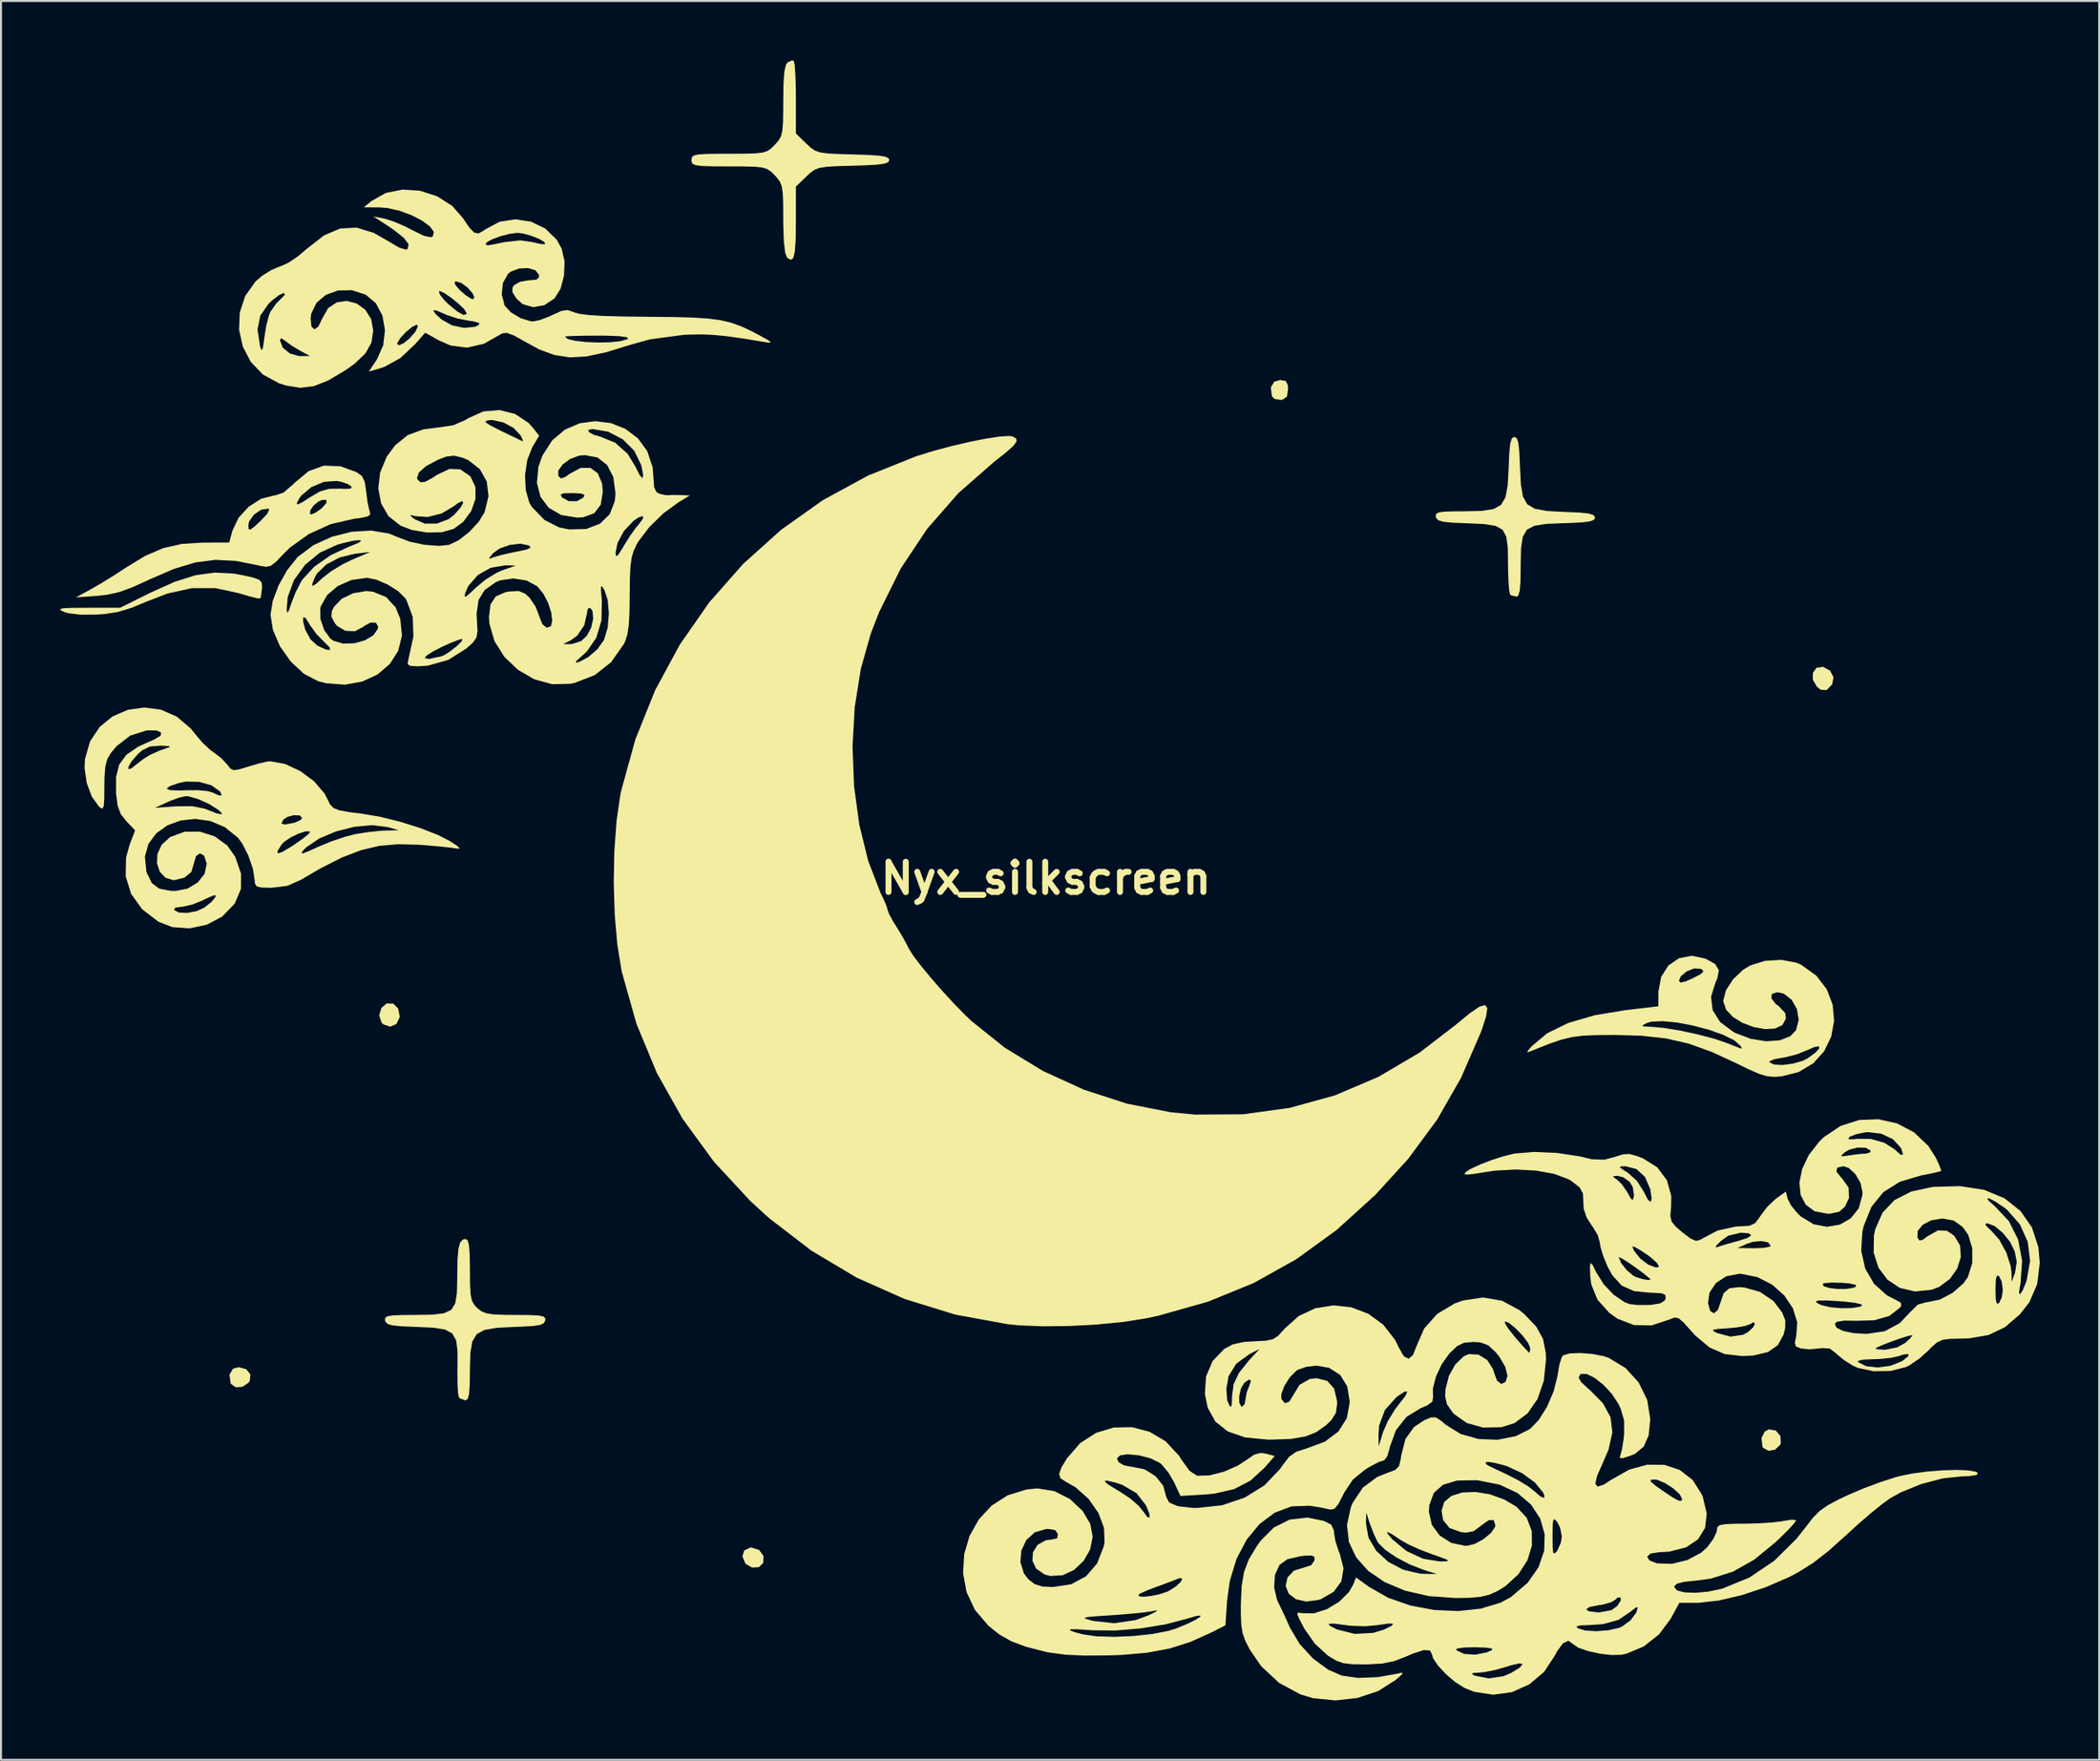
<source format=kicad_pcb>
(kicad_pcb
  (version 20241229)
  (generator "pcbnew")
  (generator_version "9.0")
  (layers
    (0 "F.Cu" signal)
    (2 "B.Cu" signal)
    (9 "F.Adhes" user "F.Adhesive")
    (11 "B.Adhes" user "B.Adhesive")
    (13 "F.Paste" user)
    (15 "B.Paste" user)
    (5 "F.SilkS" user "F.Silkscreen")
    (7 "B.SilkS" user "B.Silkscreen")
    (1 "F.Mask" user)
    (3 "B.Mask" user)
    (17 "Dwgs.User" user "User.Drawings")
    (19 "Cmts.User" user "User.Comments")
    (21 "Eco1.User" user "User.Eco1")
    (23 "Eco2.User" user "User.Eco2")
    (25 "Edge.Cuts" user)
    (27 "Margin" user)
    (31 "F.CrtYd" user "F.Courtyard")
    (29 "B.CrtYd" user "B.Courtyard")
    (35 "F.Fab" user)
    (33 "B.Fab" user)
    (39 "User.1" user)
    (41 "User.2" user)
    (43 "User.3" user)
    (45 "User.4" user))
  (footprint "Nyx_silkscreen"
    (layer "F.Cu")
    (at 49.742 41.295)
    (property "Reference" "Nyx_silkscreen" (at 0 0 0) (layer "F.SilkS") (effects (font (size 1.524 1.524) (thickness 0.3))))
    (attr board_only exclude_from_pos_files exclude_from_bom)
    (fp_poly (pts (xy 39.576 -10.485) (xy 39.751 -10.15) (xy 39.685 -9.794) (xy 39.402 -9.501) (xy 39.102 -9.523) (xy 38.917 -9.669) (xy 38.709 -10.023) (xy 38.71 -10.374) (xy 38.891 -10.626) (xy 39.22 -10.679)) (stroke (width 0) (type solid)) (fill yes) (layer "F.SilkS"))
    (fp_poly (pts (xy -40.362 24.788) (xy -40.153 25.049) (xy -40.183 25.373) (xy -40.245 25.466) (xy -40.557 25.676) (xy -40.898 25.697) (xy -41.137 25.525) (xy -41.154 25.489) (xy -41.208 25.059) (xy -41.034 24.765) (xy -40.751 24.681)) (stroke (width 0) (type solid)) (fill yes) (layer "F.SilkS"))
    (fp_poly (pts (xy -32.94 6.329) (xy -32.694 6.575) (xy -32.617 6.979) (xy -32.621 7.015) (xy -32.785 7.358) (xy -33.097 7.491) (xy -33.439 7.378) (xy -33.534 7.284) (xy -33.653 6.926) (xy -33.546 6.55) (xy -33.281 6.322)) (stroke (width 0) (type solid)) (fill yes) (layer "F.SilkS"))
    (fp_poly (pts (xy -14.479 33.91) (xy -14.256 34.212) (xy -14.267 34.564) (xy -14.492 34.782) (xy -14.833 34.8) (xy -15.152 34.613) (xy -15.17 34.593) (xy -15.322 34.237) (xy -15.227 33.935) (xy -14.923 33.789) (xy -14.872 33.787)) (stroke (width 0) (type solid)) (fill yes) (layer "F.SilkS"))
    (fp_poly (pts (xy 12.108 -25.108) (xy 12.211 -24.888) (xy 12.221 -24.681) (xy 12.164 -24.32) (xy 11.951 -24.168) (xy 11.861 -24.151) (xy 11.529 -24.205) (xy 11.408 -24.341) (xy 11.348 -24.781) (xy 11.525 -25.075) (xy 11.824 -25.16)) (stroke (width 0) (type solid)) (fill yes) (layer "F.SilkS"))
    (fp_poly (pts (xy 36.843 27.886) (xy 37.069 28.154) (xy 37.092 28.512) (xy 37.05 28.617) (xy 36.796 28.85) (xy 36.47 28.903) (xy 36.209 28.764) (xy 36.164 28.684) (xy 36.117 28.26) (xy 36.28 27.932) (xy 36.494 27.821)) (stroke (width 0) (type solid)) (fill yes) (layer "F.SilkS"))
    (fp_poly (pts (xy -41.008 -15.386) (xy -40.576 -15.31) (xy -40.022 -15.186) (xy -39.715 -15.076) (xy -39.585 -14.935) (xy -39.565 -14.718) (xy -39.57 -14.635) (xy -39.611 -14.288) (xy -39.657 -14.125) (xy -39.824 -14.142) (xy -40.212 -14.239) (xy -40.735 -14.395) (xy -40.743 -14.397) (xy -41.929 -14.653) (xy -43.106 -14.649) (xy -44.333 -14.38) (xy -45.369 -13.981) (xy -46.169 -13.65) (xy -46.833 -13.45) (xy -47.497 -13.345) (xy -47.925 -13.314) (xy -48.737 -13.311) (xy -49.351 -13.386) (xy -49.572 -13.456) (xy -49.741 -13.546) (xy -49.742 -13.605) (xy -49.539 -13.639) (xy -49.091 -13.655) (xy -48.374 -13.659) (xy -46.726 -13.661) (xy -45.176 -14.431) (xy -43.971 -14.972) (xy -42.923 -15.302) (xy -41.959 -15.435)) (stroke (width 0) (type solid)) (fill yes) (layer "F.SilkS"))
    (fp_poly (pts (xy 14.034 32.445) (xy 14.401 32.637) (xy 14.534 32.926) (xy 14.541 33.044) (xy 14.609 33.46) (xy 14.775 33.971) (xy 14.833 34.106) (xy 15.021 34.84) (xy 14.911 35.494) (xy 14.522 36.027) (xy 13.876 36.396) (xy 13.752 36.436) (xy 13.137 36.516) (xy 12.62 36.398) (xy 12.256 36.123) (xy 12.1 35.732) (xy 12.195 35.294) (xy 12.52 34.955) (xy 12.942 34.825) (xy 13.387 34.683) (xy 13.553 34.443) (xy 13.555 34.266) (xy 13.42 34.193) (xy 13.075 34.203) (xy 12.842 34.228) (xy 12.192 34.378) (xy 11.79 34.665) (xy 11.788 34.667) (xy 11.561 35.168) (xy 11.518 35.8) (xy 11.662 36.428) (xy 11.722 36.558) (xy 11.912 36.945) (xy 12.158 37.481) (xy 12.317 37.837) (xy 12.804 38.657) (xy 13.476 39.391) (xy 14.248 39.958) (xy 14.931 40.255) (xy 15.756 40.372) (xy 16.754 40.332) (xy 17.732 40.159) (xy 17.973 40.11) (xy 17.998 40.159) (xy 17.795 40.352) (xy 17.652 40.475) (xy 16.773 41.034) (xy 15.729 41.383) (xy 14.606 41.508) (xy 13.49 41.396) (xy 12.848 41.206) (xy 11.77 40.624) (xy 10.868 39.786) (xy 10.299 38.956) (xy 10.067 38.508) (xy 9.927 38.119) (xy 9.858 37.683) (xy 9.837 37.094) (xy 9.838 36.662) (xy 9.878 35.739) (xy 10.001 35.018) (xy 10.241 34.387) (xy 10.635 33.732) (xy 10.831 33.454) (xy 11.503 32.776) (xy 12.304 32.378) (xy 13.194 32.275)) (stroke (width 0) (type solid)) (fill yes) (layer "F.SilkS"))
    (fp_poly (pts (xy 23.759 -22.226) (xy 23.838 -22.014) (xy 23.889 -21.597) (xy 23.922 -20.923) (xy 23.928 -20.75) (xy 23.972 -19.88) (xy 24.076 -19.274) (xy 24.293 -18.884) (xy 24.673 -18.659) (xy 25.266 -18.547) (xy 26.124 -18.5) (xy 26.202 -18.497) (xy 26.929 -18.466) (xy 27.389 -18.418) (xy 27.633 -18.344) (xy 27.715 -18.234) (xy 27.716 -18.211) (xy 27.659 -18.098) (xy 27.453 -18.02) (xy 27.046 -17.97) (xy 26.388 -17.937) (xy 26.119 -17.93) (xy 25.253 -17.893) (xy 24.657 -17.802) (xy 24.279 -17.605) (xy 24.071 -17.251) (xy 23.982 -16.688) (xy 23.962 -15.866) (xy 23.962 -15.718) (xy 23.951 -14.978) (xy 23.913 -14.512) (xy 23.841 -14.274) (xy 23.749 -14.218) (xy 23.478 -14.289) (xy 23.43 -14.324) (xy 23.383 -14.521) (xy 23.347 -14.96) (xy 23.326 -15.564) (xy 23.323 -15.897) (xy 23.31 -16.698) (xy 23.236 -17.247) (xy 23.051 -17.594) (xy 22.702 -17.79) (xy 22.14 -17.883) (xy 21.314 -17.923) (xy 21.243 -17.925) (xy 20.526 -17.955) (xy 20.07 -18) (xy 19.814 -18.072) (xy 19.7 -18.183) (xy 19.679 -18.251) (xy 19.685 -18.382) (xy 19.8 -18.465) (xy 20.082 -18.51) (xy 20.586 -18.528) (xy 21.127 -18.531) (xy 21.983 -18.55) (xy 22.58 -18.64) (xy 22.967 -18.849) (xy 23.192 -19.228) (xy 23.305 -19.823) (xy 23.354 -20.685) (xy 23.357 -20.771) (xy 23.388 -21.498) (xy 23.436 -21.957) (xy 23.511 -22.202) (xy 23.621 -22.283) (xy 23.643 -22.285)) (stroke (width 0) (type solid)) (fill yes) (layer "F.SilkS"))
    (fp_poly (pts (xy -29.191 18.279) (xy -29.123 18.513) (xy -29.086 18.964) (xy -29.074 19.679) (xy -29.074 19.781) (xy -29.068 20.515) (xy -29.039 21.002) (xy -28.974 21.317) (xy -28.859 21.532) (xy -28.704 21.698) (xy -28.496 21.861) (xy -28.243 21.964) (xy -27.87 22.02) (xy -27.302 22.042) (xy -26.776 22.045) (xy -26.058 22.051) (xy -25.605 22.074) (xy -25.36 22.125) (xy -25.269 22.214) (xy -25.27 22.325) (xy -25.338 22.458) (xy -25.521 22.547) (xy -25.876 22.603) (xy -26.464 22.638) (xy -26.836 22.651) (xy -27.722 22.697) (xy -28.338 22.803) (xy -28.732 23.017) (xy -28.954 23.389) (xy -29.051 23.966) (xy -29.074 24.797) (xy -29.074 24.869) (xy -29.084 25.59) (xy -29.118 26.044) (xy -29.185 26.283) (xy -29.292 26.358) (xy -29.304 26.358) (xy -29.577 26.261) (xy -29.634 26.198) (xy -29.675 25.974) (xy -29.7 25.515) (xy -29.704 24.908) (xy -29.7 24.678) (xy -29.698 23.882) (xy -29.768 23.333) (xy -29.96 22.984) (xy -30.324 22.786) (xy -30.908 22.691) (xy -31.762 22.65) (xy -31.768 22.65) (xy -32.491 22.621) (xy -32.954 22.577) (xy -33.215 22.508) (xy -33.333 22.399) (xy -33.357 22.325) (xy -33.352 22.197) (xy -33.24 22.115) (xy -32.967 22.069) (xy -32.478 22.049) (xy -31.826 22.045) (xy -30.971 22.032) (xy -30.384 21.962) (xy -30.016 21.788) (xy -29.815 21.463) (xy -29.731 20.94) (xy -29.713 20.173) (xy -29.713 20.089) (xy -29.7 19.263) (xy -29.654 18.71) (xy -29.564 18.382) (xy -29.42 18.234) (xy -29.297 18.211)) (stroke (width 0) (type solid)) (fill yes) (layer "F.SilkS"))
    (fp_poly (pts (xy -12.725 -41.267) (xy -12.683 -41.074) (xy -12.649 -40.63) (xy -12.627 -40.006) (xy -12.62 -39.383) (xy -12.62 -37.604) (xy -12.099 -37.099) (xy -11.865 -36.881) (xy -11.648 -36.736) (xy -11.379 -36.646) (xy -10.987 -36.595) (xy -10.403 -36.566) (xy -9.743 -36.548) (xy -8.933 -36.521) (xy -8.394 -36.483) (xy -8.077 -36.425) (xy -7.932 -36.341) (xy -7.908 -36.263) (xy -7.961 -36.156) (xy -8.153 -36.081) (xy -8.532 -36.03) (xy -9.149 -35.996) (xy -9.743 -35.978) (xy -10.534 -35.955) (xy -11.076 -35.924) (xy -11.438 -35.866) (xy -11.692 -35.767) (xy -11.906 -35.609) (xy -12.099 -35.427) (xy -12.62 -34.922) (xy -12.62 -33.126) (xy -12.632 -32.247) (xy -12.672 -31.657) (xy -12.749 -31.326) (xy -12.869 -31.223) (xy -13.042 -31.318) (xy -13.074 -31.349) (xy -13.166 -31.61) (xy -13.228 -32.162) (xy -13.257 -32.976) (xy -13.259 -33.291) (xy -13.263 -34.066) (xy -13.284 -34.593) (xy -13.336 -34.941) (xy -13.433 -35.182) (xy -13.588 -35.387) (xy -13.688 -35.495) (xy -13.882 -35.686) (xy -14.074 -35.813) (xy -14.33 -35.889) (xy -14.717 -35.928) (xy -15.301 -35.942) (xy -16.005 -35.943) (xy -16.807 -35.947) (xy -17.342 -35.962) (xy -17.665 -36) (xy -17.829 -36.067) (xy -17.886 -36.175) (xy -17.892 -36.263) (xy -17.873 -36.399) (xy -17.78 -36.489) (xy -17.56 -36.544) (xy -17.16 -36.572) (xy -16.526 -36.581) (xy -16.005 -36.582) (xy -15.201 -36.585) (xy -14.65 -36.602) (xy -14.286 -36.645) (xy -14.044 -36.728) (xy -13.855 -36.864) (xy -13.688 -37.03) (xy -13.501 -37.242) (xy -13.377 -37.456) (xy -13.305 -37.742) (xy -13.271 -38.171) (xy -13.26 -38.813) (xy -13.259 -39.247) (xy -13.246 -40.119) (xy -13.204 -40.711) (xy -13.128 -41.063) (xy -13.045 -41.194) (xy -12.812 -41.295)) (stroke (width 0) (type solid)) (fill yes) (layer "F.SilkS"))
    (fp_poly (pts (xy -35.6 -20.801) (xy -34.801 -20.509) (xy -34.527 -20.314) (xy -34.381 -20.015) (xy -34.31 -19.533) (xy -34.246 -19.023) (xy -34.162 -18.619) (xy -34.126 -18.513) (xy -34.108 -18.361) (xy -34.263 -18.261) (xy -34.65 -18.185) (xy -34.945 -18.149) (xy -36.094 -17.884) (xy -37.202 -17.382) (xy -38.16 -16.697) (xy -38.467 -16.394) (xy -38.85 -15.99) (xy -39.116 -15.782) (xy -39.357 -15.726) (xy -39.666 -15.778) (xy -39.745 -15.798) (xy -40.882 -16.025) (xy -41.919 -16.078) (xy -42.939 -15.946) (xy -44.024 -15.618) (xy -45.257 -15.083) (xy -45.297 -15.064) (xy -46.117 -14.69) (xy -46.774 -14.452) (xy -47.376 -14.317) (xy -47.876 -14.262) (xy -48.963 -14.182) (xy -48.194 -14.6) (xy -47.64 -14.921) (xy -46.986 -15.327) (xy -46.49 -15.653) (xy -45.479 -16.271) (xy -44.555 -16.67) (xy -43.61 -16.884) (xy -42.556 -16.949) (xy -41.222 -16.954) (xy -41.061 -17.55) (xy -40.926 -17.834) (xy -40.257 -17.834) (xy -40.241 -17.634) (xy -40.155 -17.605) (xy -39.943 -17.764) (xy -39.647 -18.037) (xy -39.3 -18.406) (xy -39.299 -18.408) (xy -37.152 -18.408) (xy -37.074 -18.371) (xy -36.863 -18.463) (xy -36.56 -18.677) (xy -36.316 -18.948) (xy -36.322 -19.11) (xy -36.552 -19.099) (xy -36.71 -19.027) (xy -36.961 -18.827) (xy -37.127 -18.587) (xy -37.152 -18.408) (xy -39.299 -18.408) (xy -39.204 -18.619) (xy -39.255 -18.664) (xy -39.612 -18.61) (xy -39.972 -18.362) (xy -40.216 -18.021) (xy -40.257 -17.834) (xy -40.926 -17.834) (xy -40.751 -18.201) (xy -40.239 -18.762) (xy -39.953 -18.945) (xy -37.813 -18.945) (xy -37.769 -18.873) (xy -37.515 -18.997) (xy -37.126 -19.25) (xy -36.638 -19.534) (xy -36.175 -19.664) (xy -35.588 -19.674) (xy -35.384 -19.66) (xy -35.085 -19.677) (xy -35.042 -19.769) (xy -35.213 -19.895) (xy -35.557 -20.015) (xy -35.797 -20.062) (xy -36.437 -20.018) (xy -37.08 -19.749) (xy -37.587 -19.32) (xy -37.667 -19.21) (xy -37.813 -18.945) (xy -39.953 -18.945) (xy -39.613 -19.162) (xy -38.961 -19.328) (xy -38.909 -19.33) (xy -38.475 -19.477) (xy -37.963 -19.923) (xy -37.923 -19.967) (xy -37.214 -20.558) (xy -36.44 -20.836)) (stroke (width 0) (type solid)) (fill yes) (layer "F.SilkS"))
    (fp_poly (pts (xy -1.683 -22.309) (xy -1.502 -22.203) (xy -1.481 -22.054) (xy -1.648 -21.829) (xy -2.026 -21.491) (xy -2.627 -21.019) (xy -4.422 -19.444) (xy -5.993 -17.647) (xy -7.329 -15.641) (xy -8.42 -13.44) (xy -8.843 -12.348) (xy -9.345 -10.568) (xy -9.65 -8.648) (xy -9.762 -6.652) (xy -9.684 -4.647) (xy -9.419 -2.7) (xy -8.97 -0.875) (xy -8.34 0.76) (xy -8.217 1.011) (xy -8.055 1.373) (xy -7.987 1.612) (xy -7.987 1.614) (xy -7.907 1.825) (xy -7.701 2.198) (xy -7.55 2.439) (xy -7.249 2.932) (xy -6.997 3.39) (xy -6.925 3.539) (xy -6.716 3.879) (xy -6.333 4.387) (xy -5.826 5.002) (xy -5.247 5.667) (xy -4.647 6.321) (xy -4.076 6.905) (xy -3.779 7.189) (xy -2.073 8.556) (xy -0.155 9.726) (xy 1.918 10.674) (xy 4.089 11.378) (xy 6.3 11.813) (xy 7.523 11.929) (xy 9.951 11.915) (xy 12.312 11.589) (xy 14.593 10.958) (xy 16.782 10.025) (xy 18.865 8.796) (xy 20.711 7.376) (xy 21.397 6.81) (xy 21.879 6.482) (xy 22.168 6.398) (xy 22.277 6.559) (xy 22.218 6.971) (xy 22.002 7.638) (xy 21.953 7.771) (xy 20.954 10.072) (xy 19.744 12.184) (xy 18.287 14.162) (xy 16.624 15.985) (xy 14.67 17.757) (xy 12.638 19.232) (xy 10.491 20.431) (xy 8.193 21.372) (xy 5.705 22.076) (xy 5.063 22.215) (xy 3.928 22.396) (xy 2.607 22.527) (xy 1.21 22.603) (xy -0.154 22.619) (xy -1.373 22.57) (xy -1.917 22.516) (xy -4.578 22.028) (xy -7.127 21.242) (xy -9.551 20.164) (xy -11.838 18.8) (xy -13.976 17.156) (xy -14.915 16.299) (xy -16.76 14.308) (xy -18.338 12.144) (xy -19.642 9.822) (xy -20.665 7.353) (xy -21.398 4.753) (xy -21.426 4.626) (xy -21.636 3.326) (xy -21.766 1.825) (xy -21.815 0.221) (xy -21.784 -1.387) (xy -21.672 -2.9) (xy -21.48 -4.22) (xy -21.438 -4.423) (xy -20.718 -7.028) (xy -19.726 -9.493) (xy -18.478 -11.801) (xy -16.992 -13.934) (xy -15.283 -15.872) (xy -13.366 -17.597) (xy -11.26 -19.091) (xy -8.979 -20.335) (xy -6.55 -21.309) (xy -5.686 -21.575) (xy -4.771 -21.821) (xy -3.869 -22.032) (xy -3.042 -22.197) (xy -2.354 -22.302) (xy -1.866 -22.334)) (stroke (width 0) (type solid)) (fill yes) (layer "F.SilkS"))
    (fp_poly (pts (xy 33.293 4.057) (xy 33.776 4.326) (xy 33.965 4.64) (xy 33.887 5.061) (xy 33.798 5.249) (xy 33.57 5.978) (xy 33.65 6.656) (xy 34.029 7.257) (xy 34.697 7.756) (xy 34.8 7.811) (xy 35.576 8.105) (xy 36.342 8.228) (xy 37.03 8.183) (xy 37.569 7.975) (xy 37.862 7.666) (xy 37.994 7.144) (xy 37.905 6.603) (xy 37.639 6.133) (xy 37.242 5.823) (xy 36.909 5.751) (xy 36.639 5.838) (xy 36.613 6.055) (xy 36.823 6.334) (xy 36.992 6.462) (xy 37.313 6.802) (xy 37.351 7.076) (xy 37.17 7.414) (xy 36.795 7.587) (xy 36.291 7.613) (xy 35.726 7.512) (xy 35.167 7.303) (xy 34.679 7.004) (xy 34.331 6.634) (xy 34.187 6.212) (xy 34.186 6.182) (xy 34.321 5.656) (xy 34.678 5.104) (xy 35.182 4.625) (xy 35.541 4.403) (xy 36.287 4.169) (xy 37.105 4.118) (xy 37.858 4.253) (xy 38.111 4.36) (xy 38.884 4.915) (xy 39.414 5.607) (xy 39.71 6.386) (xy 39.78 7.2) (xy 39.634 7.998) (xy 39.281 8.729) (xy 38.729 9.342) (xy 37.988 9.785) (xy 37.127 10) (xy 36.731 10.026) (xy 36.373 9.988) (xy 35.968 9.863) (xy 35.431 9.625) (xy 34.905 9.367) (xy 34.73 9.286) (xy 36.515 9.286) (xy 36.753 9.404) (xy 37.184 9.426) (xy 37.699 9.36) (xy 38.19 9.218) (xy 38.425 9.102) (xy 38.838 8.806) (xy 39.035 8.585) (xy 39.012 8.479) (xy 38.762 8.526) (xy 38.483 8.653) (xy 37.892 8.891) (xy 37.252 9.051) (xy 37.136 9.067) (xy 36.733 9.141) (xy 36.523 9.239) (xy 36.515 9.286) (xy 34.73 9.286) (xy 33.611 8.767) (xy 32.444 8.348) (xy 31.293 8.084) (xy 30.045 7.947) (xy 28.755 7.911) (xy 27.825 7.916) (xy 27.119 7.946) (xy 26.538 8.019) (xy 25.988 8.154) (xy 25.371 8.368) (xy 24.592 8.68) (xy 24.521 8.709) (xy 24.309 8.788) (xy 24.307 8.729) (xy 24.517 8.482) (xy 24.521 8.477) (xy 25.296 7.826) (xy 26.117 7.424) (xy 30.112 7.424) (xy 30.148 7.477) (xy 30.463 7.495) (xy 30.559 7.497) (xy 31.199 7.555) (xy 32.022 7.691) (xy 32.905 7.882) (xy 33.731 8.1) (xy 34.328 8.302) (xy 34.762 8.473) (xy 35.051 8.586) (xy 35.114 8.61) (xy 35.096 8.521) (xy 35.063 8.464) (xy 34.745 8.182) (xy 34.187 7.904) (xy 33.468 7.649) (xy 32.666 7.436) (xy 31.861 7.284) (xy 31.13 7.212) (xy 30.554 7.24) (xy 30.32 7.31) (xy 30.112 7.424) (xy 26.117 7.424) (xy 26.362 7.304) (xy 27.719 6.909) (xy 29.256 6.657) (xy 30.911 6.462) (xy 30.916 5.713) (xy 31.016 5.172) (xy 31.95 5.172) (xy 32.028 5.267) (xy 32.295 5.204) (xy 32.646 5.048) (xy 33.046 4.84) (xy 33.189 4.706) (xy 33.112 4.603) (xy 33.051 4.571) (xy 32.718 4.551) (xy 32.338 4.701) (xy 32.04 4.95) (xy 31.95 5.172) (xy 31.016 5.172) (xy 31.053 4.976) (xy 31.417 4.404) (xy 31.952 4.035) (xy 32.602 3.91)) (stroke (width 0) (type solid)) (fill yes) (layer "F.SilkS"))
    (fp_poly (pts (xy -44.666 -8.512) (xy -43.867 -8.162) (xy -43.162 -7.561) (xy -42.968 -7.317) (xy -42.588 -6.864) (xy -42.183 -6.486) (xy -42.03 -6.377) (xy -41.622 -6.065) (xy -41.32 -5.738) (xy -41.161 -5.536) (xy -40.994 -5.459) (xy -40.719 -5.499) (xy -40.245 -5.645) (xy -39.731 -5.795) (xy -39.314 -5.891) (xy -39.16 -5.91) (xy -38.408 -5.774) (xy -37.634 -5.415) (xy -36.937 -4.897) (xy -36.416 -4.287) (xy -36.264 -3.997) (xy -36.133 -3.729) (xy -35.96 -3.551) (xy -35.673 -3.435) (xy -35.202 -3.347) (xy -34.587 -3.272) (xy -33.642 -3.114) (xy -32.607 -2.859) (xy -31.589 -2.54) (xy -30.693 -2.19) (xy -30.113 -1.895) (xy -29.704 -1.63) (xy -29.584 -1.501) (xy -29.718 -1.5) (xy -30.054 -1.549) (xy -30.613 -1.608) (xy -31.297 -1.667) (xy -31.635 -1.692) (xy -32.69 -1.721) (xy -33.646 -1.638) (xy -34.572 -1.42) (xy -35.539 -1.048) (xy -36.618 -0.501) (xy -37.621 0.085) (xy -38.297 0.383) (xy -39.077 0.477) (xy -39.098 0.477) (xy -39.588 0.466) (xy -39.837 0.406) (xy -39.927 0.261) (xy -39.937 0.1) (xy -40.026 -0.472) (xy -40.254 -1.139) (xy -40.376 -1.381) (xy -38.779 -1.381) (xy -38.77 -1.255) (xy -38.682 -1.284) (xy -37.578 -1.284) (xy -37.515 -1.256) (xy -37.24 -1.357) (xy -36.731 -1.589) (xy -36.055 -1.869) (xy -35.34 -2.108) (xy -34.843 -2.233) (xy -34.205 -2.333) (xy -33.571 -2.398) (xy -33.326 -2.411) (xy -32.669 -2.425) (xy -33.228 -2.587) (xy -33.999 -2.683) (xy -34.898 -2.602) (xy -35.822 -2.37) (xy -36.667 -2.016) (xy -37.329 -1.568) (xy -37.465 -1.433) (xy -37.578 -1.284) (xy -38.682 -1.284) (xy -38.54 -1.331) (xy -38.077 -1.609) (xy -37.938 -1.7) (xy -37.503 -2.005) (xy -37.213 -2.241) (xy -37.128 -2.356) (xy -37.343 -2.375) (xy -37.709 -2.262) (xy -38.118 -2.066) (xy -38.458 -1.836) (xy -38.579 -1.709) (xy -38.779 -1.381) (xy -40.376 -1.381) (xy -40.559 -1.746) (xy -40.781 -2.047) (xy -41.443 -2.582) (xy -41.874 -2.765) (xy -38.589 -2.765) (xy -38.415 -2.714) (xy -37.966 -2.799) (xy -37.9 -2.816) (xy -37.621 -2.944) (xy -37.541 -3.054) (xy -37.667 -3.175) (xy -37.958 -3.187) (xy -38.284 -3.102) (xy -38.499 -2.955) (xy -38.589 -2.765) (xy -41.874 -2.765) (xy -42.178 -2.893) (xy -42.939 -2.999) (xy -43.679 -2.918) (xy -44.35 -2.669) (xy -44.905 -2.27) (xy -45.298 -1.739) (xy -45.48 -1.095) (xy -45.405 -0.357) (xy -45.373 -0.253) (xy -45.128 0.243) (xy -44.753 0.523) (xy -44.175 0.633) (xy -43.929 0.639) (xy -43.322 0.521) (xy -42.809 0.209) (xy -42.464 -0.229) (xy -42.36 -0.728) (xy -42.363 -0.756) (xy -42.491 -1.141) (xy -42.699 -1.263) (xy -42.9 -1.12) (xy -43.001 -0.77) (xy -43.132 -0.323) (xy -43.47 -0.043) (xy -43.51 -0.024) (xy -44.024 0.099) (xy -44.436 -0.025) (xy -44.725 -0.329) (xy -44.869 -0.75) (xy -44.847 -1.225) (xy -44.635 -1.688) (xy -44.214 -2.076) (xy -44.206 -2.081) (xy -43.476 -2.353) (xy -42.698 -2.356) (xy -41.952 -2.115) (xy -41.319 -1.653) (xy -40.919 -1.086) (xy -40.627 -0.234) (xy -40.63 0.53) (xy -40.929 1.242) (xy -40.97 1.304) (xy -41.575 1.929) (xy -42.353 2.343) (xy -43.22 2.528) (xy -44.096 2.464) (xy -44.794 2.194) (xy -45.572 1.597) (xy -44.011 1.597) (xy -43.765 1.729) (xy -43.347 1.748) (xy -42.877 1.662) (xy -42.489 1.487) (xy -42.122 1.195) (xy -41.92 0.953) (xy -41.914 0.846) (xy -42.067 0.885) (xy -42.404 1.035) (xy -42.578 1.121) (xy -43.081 1.323) (xy -43.556 1.432) (xy -43.655 1.438) (xy -43.954 1.484) (xy -44.011 1.597) (xy -45.572 1.597) (xy -45.616 1.564) (xy -46.173 0.786) (xy -46.448 -0.099) (xy -46.428 -1.054) (xy -46.25 -1.693) (xy -45.972 -2.421) (xy -46.419 -2.888) (xy -46.699 -3.249) (xy -46.813 -3.557) (xy -44.969 -3.557) (xy -43.931 -3.633) (xy -43.091 -3.641) (xy -42.461 -3.516) (xy -42.333 -3.465) (xy -41.847 -3.274) (xy -41.605 -3.226) (xy -41.622 -3.322) (xy -41.774 -3.457) (xy -42.235 -3.749) (xy -42.777 -3.995) (xy -43.258 -4.136) (xy -43.407 -4.149) (xy -43.725 -4.082) (xy -44.175 -3.919) (xy -44.33 -3.851) (xy -44.969 -3.557) (xy -46.813 -3.557) (xy -46.855 -3.67) (xy -46.933 -4.279) (xy -46.934 -4.292) (xy -46.934 -4.526) (xy -44.38 -4.526) (xy -44.22 -4.453) (xy -43.758 -4.433) (xy -43.381 -4.446) (xy -42.798 -4.449) (xy -42.312 -4.403) (xy -42.063 -4.331) (xy -41.729 -4.177) (xy -41.594 -4.201) (xy -41.694 -4.392) (xy -42.123 -4.695) (xy -42.733 -4.868) (xy -43.401 -4.884) (xy -43.771 -4.811) (xy -44.232 -4.647) (xy -44.38 -4.526) (xy -46.934 -4.526) (xy -46.935 -5.111) (xy -46.835 -5.507) (xy -46.311 -5.507) (xy -46.161 -5.549) (xy -45.968 -5.703) (xy -45.559 -6.021) (xy -45.218 -6.232) (xy -44.749 -6.441) (xy -44.419 -6.558) (xy -44.214 -6.634) (xy -44.268 -6.675) (xy -44.608 -6.694) (xy -44.702 -6.696) (xy -45.228 -6.654) (xy -45.621 -6.458) (xy -45.86 -6.242) (xy -46.15 -5.907) (xy -46.304 -5.644) (xy -46.311 -5.507) (xy -46.835 -5.507) (xy -46.776 -5.739) (xy -46.418 -6.231) (xy -45.82 -6.645) (xy -45 -7.014) (xy -44.687 -7.198) (xy -44.66 -7.36) (xy -44.882 -7.462) (xy -45.322 -7.469) (xy -45.415 -7.458) (xy -46.217 -7.207) (xy -46.909 -6.671) (xy -47.196 -6.328) (xy -47.373 -6.026) (xy -47.475 -5.648) (xy -47.519 -5.103) (xy -47.525 -4.632) (xy -47.53 -4.012) (xy -47.554 -3.659) (xy -47.61 -3.524) (xy -47.714 -3.554) (xy -47.799 -3.625) (xy -48.158 -4.122) (xy -48.412 -4.809) (xy -48.524 -5.56) (xy -48.504 -6.024) (xy -48.241 -6.923) (xy -47.757 -7.645) (xy -47.105 -8.177) (xy -46.338 -8.507) (xy -45.507 -8.623)) (stroke (width 0) (type solid)) (fill yes) (layer "F.SilkS"))
    (fp_poly (pts (xy -31.585 -34.712) (xy -30.727 -34.434) (xy -29.972 -33.953) (xy -29.435 -33.344) (xy -29.098 -32.85) (xy -28.855 -32.599) (xy -28.641 -32.558) (xy -28.393 -32.693) (xy -28.305 -32.76) (xy -27.578 -33.148) (xy -26.782 -33.273) (xy -25.989 -33.153) (xy -25.27 -32.805) (xy -24.698 -32.249) (xy -24.442 -31.791) (xy -24.298 -31.147) (xy -24.324 -30.428) (xy -24.501 -29.761) (xy -24.803 -29.279) (xy -25.325 -28.933) (xy -25.893 -28.838) (xy -26.417 -28.993) (xy -26.722 -29.267) (xy -26.929 -29.595) (xy -26.927 -29.821) (xy -26.844 -29.945) (xy -26.552 -30.115) (xy -26.12 -30.192) (xy -26.088 -30.192) (xy -25.714 -30.226) (xy -25.584 -30.352) (xy -25.589 -30.472) (xy -25.774 -30.703) (xy -26.145 -30.809) (xy -26.591 -30.788) (xy -27.003 -30.634) (xy -27.148 -30.521) (xy -27.407 -30.061) (xy -27.469 -29.481) (xy -27.32 -28.921) (xy -27.312 -28.906) (xy -26.999 -28.569) (xy -26.516 -28.282) (xy -26.009 -28.125) (xy -25.881 -28.116) (xy -25.537 -28.187) (xy -25.07 -28.365) (xy -24.891 -28.45) (xy -24.451 -28.649) (xy -24.149 -28.691) (xy -23.853 -28.594) (xy -23.819 -28.577) (xy -23.542 -28.498) (xy -23.051 -28.437) (xy -22.319 -28.393) (xy -21.32 -28.365) (xy -20.048 -28.35) (xy -18.8 -28.338) (xy -17.815 -28.311) (xy -17.036 -28.26) (xy -16.407 -28.175) (xy -15.871 -28.047) (xy -15.372 -27.866) (xy -14.854 -27.622) (xy -14.439 -27.404) (xy -14.028 -27.174) (xy -13.882 -27.061) (xy -13.983 -27.043) (xy -14.138 -27.066) (xy -15.219 -27.244) (xy -16.067 -27.364) (xy -16.76 -27.434) (xy -17.378 -27.461) (xy -18 -27.451) (xy -18.291 -27.437) (xy -19.981 -27.212) (xy -21.003 -26.928) (xy -22.202 -26.558) (xy -23.192 -26.348) (xy -24.039 -26.302) (xy -24.811 -26.419) (xy -25.575 -26.704) (xy -26.305 -27.101) (xy -26.754 -27.352) (xy -24.281 -27.352) (xy -24.138 -27.229) (xy -23.758 -27.137) (xy -23.222 -27.077) (xy -22.612 -27.052) (xy -22.01 -27.064) (xy -21.496 -27.116) (xy -21.152 -27.21) (xy -21.083 -27.256) (xy -21.164 -27.322) (xy -21.526 -27.37) (xy -22.135 -27.396) (xy -22.609 -27.4) (xy -23.296 -27.395) (xy -23.846 -27.383) (xy -24.194 -27.366) (xy -24.281 -27.352) (xy -26.754 -27.352) (xy -26.852 -27.407) (xy -27.208 -27.538) (xy -27.435 -27.517) (xy -27.477 -27.492) (xy -28.37 -26.988) (xy -29.218 -26.792) (xy -30.05 -26.901) (xy -30.653 -27.166) (xy -31.331 -27.547) (xy -31.84 -26.967) (xy -32.583 -26.267) (xy -33.375 -25.829) (xy -33.681 -25.727) (xy -34.174 -25.586) (xy -33.767 -26.2) (xy -33.449 -26.913) (xy -33.44 -26.986) (xy -32.748 -26.986) (xy -32.653 -26.91) (xy -32.42 -27.017) (xy -32.128 -27.251) (xy -31.856 -27.56) (xy -31.822 -27.608) (xy -31.703 -27.861) (xy -31.747 -27.956) (xy -31.984 -27.846) (xy -32.301 -27.584) (xy -32.59 -27.274) (xy -32.743 -27.02) (xy -32.748 -26.986) (xy -33.44 -26.986) (xy -33.361 -27.676) (xy -33.489 -28.41) (xy -33.628 -28.672) (xy -30.926 -28.672) (xy -30.813 -28.497) (xy -30.506 -28.215) (xy -29.982 -27.92) (xy -29.377 -27.79) (xy -28.822 -27.845) (xy -28.622 -27.936) (xy -28.605 -28.038) (xy -28.905 -28.122) (xy -29.12 -28.151) (xy -29.704 -28.265) (xy -30.255 -28.447) (xy -30.358 -28.494) (xy -30.773 -28.673) (xy -30.926 -28.672) (xy -33.628 -28.672) (xy -33.82 -29.034) (xy -34.339 -29.47) (xy -34.341 -29.471) (xy -34.879 -29.643) (xy -30.635 -29.643) (xy -30.595 -29.481) (xy -30.366 -29.191) (xy -30.154 -28.982) (xy -29.706 -28.613) (xy -29.393 -28.442) (xy -29.251 -28.486) (xy -29.247 -28.555) (xy -29.371 -28.744) (xy -29.655 -29.017) (xy -30.01 -29.305) (xy -30.351 -29.539) (xy -30.587 -29.651) (xy -30.635 -29.643) (xy -34.879 -29.643) (xy -35.037 -29.693) (xy -35.726 -29.68) (xy -36.342 -29.459) (xy -36.816 -29.059) (xy -37.082 -28.51) (xy -37.114 -28.273) (xy -37.071 -27.856) (xy -36.923 -27.716) (xy -36.724 -27.854) (xy -36.525 -28.27) (xy -36.523 -28.274) (xy -36.226 -28.793) (xy -35.794 -29.08) (xy -35.294 -29.152) (xy -34.794 -29.024) (xy -34.359 -28.712) (xy -34.057 -28.233) (xy -33.954 -27.655) (xy -34.045 -27.045) (xy -34.346 -26.505) (xy -34.894 -25.981) (xy -35.341 -25.662) (xy -36.211 -25.142) (xy -36.951 -24.848) (xy -37.637 -24.765) (xy -38.349 -24.878) (xy -38.714 -24.994) (xy -39.522 -25.434) (xy -40.133 -26.072) (xy -40.537 -26.846) (xy -40.726 -27.699) (xy -40.725 -27.712) (xy -39.794 -27.712) (xy -39.668 -26.867) (xy -39.66 -26.838) (xy -39.59 -26.668) (xy -39.532 -26.744) (xy -39.473 -27.097) (xy -39.467 -27.155) (xy -38.659 -27.155) (xy -38.517 -26.788) (xy -38.161 -26.498) (xy -37.697 -26.366) (xy -37.636 -26.365) (xy -37.142 -26.371) (xy -37.621 -26.625) (xy -38.046 -26.878) (xy -38.38 -27.122) (xy -38.593 -27.269) (xy -38.659 -27.179) (xy -38.659 -27.155) (xy -39.467 -27.155) (xy -39.447 -27.321) (xy -39.354 -27.897) (xy -39.224 -28.398) (xy -39.145 -28.599) (xy -38.856 -29.014) (xy -38.6 -29.27) (xy -38.407 -29.475) (xy -38.475 -29.55) (xy -38.709 -29.446) (xy -39.054 -29.18) (xy -39.234 -29.01) (xy -39.652 -28.413) (xy -39.794 -27.712) (xy -40.725 -27.712) (xy -40.689 -28.569) (xy -40.417 -29.398) (xy -39.912 -30.11) (xy -29.849 -30.11) (xy -29.808 -29.958) (xy -29.596 -29.711) (xy -29.305 -29.453) (xy -29.028 -29.271) (xy -28.904 -29.234) (xy -28.854 -29.343) (xy -28.937 -29.53) (xy -29.201 -29.837) (xy -29.517 -30.063) (xy -29.778 -30.14) (xy -29.849 -30.11) (xy -39.912 -30.11) (xy -39.9 -30.127) (xy -39.579 -30.41) (xy -39.113 -30.702) (xy -38.643 -30.904) (xy -38.579 -30.922) (xy -38.217 -31.089) (xy -37.741 -31.415) (xy -37.285 -31.799) (xy -36.438 -32.459) (xy -35.619 -32.809) (xy -34.796 -32.852) (xy -33.933 -32.591) (xy -33.209 -32.177) (xy -32.65 -31.844) (xy -32.307 -31.742) (xy -32.218 -31.777) (xy -32.169 -32.008) (xy -32.191 -32.038) (xy -28.275 -32.038) (xy -28.26 -31.975) (xy -28.165 -31.96) (xy -27.917 -31.999) (xy -27.442 -32.098) (xy -27.337 -32.12) (xy -26.521 -32.21) (xy -25.94 -32.124) (xy -25.542 -32.033) (xy -25.299 -32.013) (xy -25.274 -32.022) (xy -25.329 -32.138) (xy -25.598 -32.291) (xy -25.985 -32.443) (xy -26.392 -32.555) (xy -26.675 -32.589) (xy -27.064 -32.541) (xy -27.522 -32.421) (xy -27.943 -32.267) (xy -28.221 -32.114) (xy -28.275 -32.038) (xy -32.191 -32.038) (xy -32.404 -32.33) (xy -32.93 -32.75) (xy -33.228 -32.95) (xy -33.947 -33.417) (xy -33.387 -33.307) (xy -32.935 -33.167) (xy -32.362 -32.921) (xy -31.97 -32.721) (xy -31.404 -32.443) (xy -31.058 -32.365) (xy -30.946 -32.41) (xy -30.896 -32.639) (xy -31.096 -32.915) (xy -31.489 -33.205) (xy -32.014 -33.478) (xy -32.613 -33.7) (xy -33.227 -33.84) (xy -33.618 -33.872) (xy -34.426 -33.877) (xy -34.051 -34.189) (xy -33.321 -34.603) (xy -32.474 -34.773)) (stroke (width 0) (type solid)) (fill yes) (layer "F.SilkS"))
    (fp_poly (pts (xy 23.015 21.326) (xy 23.891 21.797) (xy 24.156 22.015) (xy 24.747 22.638) (xy 25.088 23.251) (xy 25.229 23.959) (xy 25.24 24.295) (xy 25.129 25.371) (xy 24.812 26.289) (xy 24.312 27.013) (xy 23.655 27.505) (xy 22.992 27.714) (xy 22.066 27.731) (xy 21.249 27.505) (xy 20.607 27.056) (xy 20.522 26.962) (xy 20.238 26.551) (xy 20.148 26.146) (xy 20.17 25.781) (xy 20.342 25.117) (xy 20.666 24.54) (xy 21.082 24.139) (xy 21.338 24.025) (xy 21.833 24.049) (xy 22.274 24.323) (xy 22.565 24.78) (xy 22.603 24.914) (xy 22.765 25.359) (xy 22.982 25.529) (xy 23.198 25.43) (xy 23.297 25.121) (xy 23.186 24.673) (xy 22.889 24.161) (xy 22.697 23.925) (xy 22.32 23.576) (xy 21.927 23.432) (xy 21.567 23.41) (xy 21.104 23.451) (xy 20.752 23.62) (xy 20.368 23.986) (xy 20.362 23.993) (xy 19.977 24.531) (xy 19.686 25.16) (xy 19.529 25.768) (xy 19.538 26.208) (xy 19.505 26.419) (xy 19.247 26.612) (xy 18.903 26.76) (xy 18.196 27.194) (xy 17.667 27.862) (xy 17.358 28.711) (xy 17.342 28.795) (xy 17.228 29.179) (xy 17.076 29.384) (xy 17.037 29.394) (xy 16.797 29.474) (xy 16.398 29.681) (xy 16.106 29.857) (xy 15.492 30.359) (xy 15.052 31.019) (xy 14.996 31.135) (xy 14.753 31.607) (xy 14.559 31.834) (xy 14.358 31.873) (xy 14.297 31.859) (xy 13.937 31.781) (xy 13.437 31.698) (xy 13.297 31.679) (xy 12.397 31.711) (xy 11.551 32.028) (xy 10.787 32.597) (xy 10.134 33.385) (xy 9.621 34.359) (xy 9.278 35.485) (xy 9.146 36.441) (xy 9.059 37.719) (xy 8.323 38.091) (xy 7.282 38.558) (xy 6.245 38.887) (xy 5.12 39.098) (xy 3.814 39.211) (xy 3.195 39.234) (xy 1.95 39.244) (xy 0.96 39.198) (xy 0.164 39.092) (xy -0.025 39.053) (xy -0.999 38.802) (xy -1.748 38.522) (xy -2.365 38.17) (xy -2.612 37.971) (xy 1.207 37.971) (xy 1.486 38.073) (xy 1.847 38.17) (xy 2.55 38.272) (xy 3.449 38.298) (xy 4.433 38.255) (xy 5.389 38.151) (xy 6.205 37.992) (xy 6.559 37.881) (xy 7.148 37.638) (xy 7.566 37.432) (xy 7.79 37.286) (xy 7.795 37.219) (xy 7.557 37.253) (xy 7.136 37.379) (xy 6.042 37.667) (xy 4.781 37.872) (xy 3.498 37.978) (xy 2.338 37.967) (xy 2.251 37.96) (xy 1.588 37.915) (xy 1.24 37.919) (xy 1.207 37.971) (xy -2.612 37.971) (xy -2.905 37.737) (xy -3.247 37.334) (xy 1.947 37.334) (xy 1.994 37.383) (xy 2.232 37.454) (xy 2.396 37.496) (xy 3.447 37.61) (xy 4.521 37.455) (xy 5.192 37.207) (xy 5.548 37.029) (xy 5.628 36.961) (xy 5.447 36.984) (xy 5.352 37.004) (xy 4.986 37.059) (xy 4.398 37.121) (xy 3.686 37.182) (xy 3.275 37.21) (xy 2.556 37.258) (xy 2.124 37.296) (xy 1.947 37.334) (xy -3.247 37.334) (xy -3.589 36.933) (xy -3.949 36.16) (xy 4.683 36.16) (xy 4.692 36.252) (xy 4.923 36.275) (xy 5.292 36.238) (xy 5.711 36.153) (xy 6.095 36.029) (xy 6.224 35.969) (xy 6.567 35.746) (xy 6.799 35.527) (xy 6.882 35.369) (xy 6.78 35.328) (xy 6.611 35.383) (xy 6.285 35.513) (xy 5.801 35.693) (xy 5.548 35.785) (xy 5.09 35.96) (xy 4.766 36.107) (xy 4.683 36.16) (xy -3.949 36.16) (xy -4.009 36.031) (xy -4.182 35.077) (xy -4.125 34.118) (xy -3.854 33.199) (xy -3.386 32.368) (xy -2.737 31.669) (xy -1.924 31.149) (xy -0.962 30.854) (xy -0.42 30.806) (xy 0.421 30.939) (xy 1.205 31.336) (xy 1.852 31.943) (xy 2.237 32.59) (xy 2.36 33.244) (xy 2.231 33.888) (xy 1.901 34.464) (xy 1.422 34.917) (xy 0.843 35.19) (xy 0.217 35.225) (xy -0.067 35.15) (xy -0.493 34.857) (xy -0.683 34.453) (xy -0.653 34.023) (xy -0.421 33.652) (xy -0.004 33.422) (xy 0.282 33.387) (xy 0.566 33.322) (xy 0.605 33.108) (xy 0.468 32.91) (xy 0.122 32.852) (xy -0.003 32.856) (xy -0.568 33.023) (xy -0.989 33.409) (xy -1.239 33.934) (xy -1.29 34.52) (xy -1.116 35.087) (xy -0.886 35.392) (xy -0.568 35.639) (xy -0.181 35.756) (xy 0.352 35.783) (xy 1.273 35.643) (xy 2.024 35.241) (xy 2.581 34.596) (xy 2.919 33.73) (xy 2.958 33.531) (xy 2.931 32.798) (xy 2.647 32.04) (xy 2.151 31.332) (xy 1.491 30.745) (xy 1.003 30.467) (xy 0.951 30.434) (xy 2.952 30.434) (xy 3.11 30.585) (xy 3.558 30.865) (xy 3.734 30.966) (xy 4.256 31.313) (xy 4.694 31.697) (xy 4.898 31.95) (xy 5.116 32.249) (xy 5.229 32.281) (xy 5.22 32.087) (xy 5.07 31.705) (xy 5.038 31.643) (xy 4.575 31.049) (xy 3.875 30.635) (xy 3.505 30.509) (xy 3.084 30.409) (xy 2.952 30.434) (xy 0.951 30.434) (xy 0.738 30.299) (xy 0.665 30.079) (xy 0.787 29.74) (xy 1.06 29.288) (xy 1.728 28.517) (xy 2.534 27.998) (xy 3.422 27.73) (xy 4.338 27.712) (xy 5.228 27.944) (xy 6.038 28.423) (xy 6.713 29.149) (xy 6.869 29.394) (xy 7.254 29.921) (xy 7.619 30.159) (xy 7.658 30.166) (xy 8.264 30.145) (xy 8.982 29.961) (xy 9.676 29.658) (xy 10.084 29.393) (xy 10.509 29.101) (xy 10.845 29.011) (xy 11.106 29.05) (xy 11.55 29.168) (xy 11.022 29.77) (xy 10.313 30.418) (xy 9.496 30.841) (xy 8.5 31.068) (xy 7.987 31.114) (xy 6.789 31.185) (xy 6.47 30.497) (xy 6.184 30.008) (xy 5.849 29.604) (xy 5.737 29.51) (xy 5.275 29.284) (xy 4.686 29.132) (xy 4.112 29.08) (xy 3.744 29.136) (xy 3.583 29.289) (xy 3.666 29.476) (xy 3.929 29.637) (xy 4.311 29.713) (xy 4.348 29.713) (xy 4.981 29.843) (xy 5.531 30.184) (xy 5.921 30.669) (xy 6.07 31.226) (xy 6.07 31.233) (xy 6.221 31.517) (xy 6.664 31.703) (xy 7.385 31.786) (xy 7.632 31.79) (xy 8.889 31.655) (xy 10.039 31.266) (xy 11.031 30.648) (xy 11.814 29.826) (xy 11.925 29.664) (xy 12.269 29.211) (xy 12.633 28.952) (xy 13.144 28.79) (xy 14.075 28.447) (xy 14.579 28.068) (xy 16.785 28.068) (xy 16.796 28.675) (xy 17.019 27.951) (xy 17.263 27.392) (xy 17.628 26.8) (xy 17.819 26.553) (xy 18.143 26.136) (xy 18.239 25.919) (xy 18.113 25.915) (xy 17.77 26.136) (xy 17.671 26.213) (xy 17.11 26.846) (xy 16.819 27.623) (xy 16.785 28.068) (xy 14.579 28.068) (xy 14.763 27.929) (xy 15.189 27.254) (xy 15.336 26.441) (xy 15.336 26.436) (xy 15.21 25.659) (xy 14.851 25.074) (xy 14.289 24.713) (xy 13.654 24.605) (xy 13.143 24.664) (xy 12.711 24.816) (xy 12.655 24.851) (xy 12.316 25.184) (xy 12.038 25.619) (xy 11.881 26.041) (xy 11.885 26.293) (xy 12.063 26.502) (xy 12.281 26.428) (xy 12.451 26.144) (xy 12.8 25.575) (xy 13.309 25.283) (xy 13.661 25.24) (xy 14.194 25.372) (xy 14.542 25.757) (xy 14.692 26.377) (xy 14.697 26.537) (xy 14.638 26.981) (xy 14.415 27.346) (xy 14.141 27.612) (xy 13.656 27.958) (xy 13.09 28.183) (xy 12.373 28.305) (xy 11.431 28.341) (xy 11.176 28.339) (xy 10.052 28.229) (xy 9.18 27.928) (xy 8.554 27.431) (xy 8.166 26.734) (xy 8.024 26.041) (xy 8.039 25.794) (xy 9.106 25.794) (xy 9.149 26.357) (xy 9.273 26.645) (xy 9.356 26.678) (xy 9.381 26.538) (xy 9.393 26.194) (xy 9.393 26.138) (xy 9.394 26.136) (xy 9.756 26.136) (xy 9.759 26.476) (xy 9.859 26.667) (xy 9.904 26.678) (xy 10.033 26.544) (xy 10.064 26.348) (xy 10.14 25.932) (xy 10.237 25.695) (xy 10.349 25.382) (xy 10.263 25.298) (xy 10.013 25.474) (xy 10.003 25.484) (xy 9.841 25.765) (xy 9.756 26.136) (xy 9.394 26.136) (xy 9.474 25.541) (xy 9.744 24.971) (xy 10.248 24.341) (xy 10.283 24.303) (xy 10.783 23.765) (xy 10.278 24.02) (xy 9.607 24.507) (xy 9.214 25.141) (xy 9.106 25.794) (xy 8.039 25.794) (xy 8.08 25.153) (xy 8.412 24.376) (xy 8.994 23.768) (xy 9.006 23.759) (xy 9.436 23.53) (xy 9.98 23.411) (xy 10.523 23.376) (xy 11.091 23.348) (xy 11.452 23.273) (xy 11.717 23.103) (xy 12 22.792) (xy 12.029 22.756) (xy 12.755 22.102) (xy 13.598 21.708) (xy 14.504 21.563) (xy 15.415 21.66) (xy 16.275 21.989) (xy 17.03 22.542) (xy 17.623 23.308) (xy 17.806 23.683) (xy 18.059 24.128) (xy 18.305 24.258) (xy 18.527 24.071) (xy 18.685 23.664) (xy 19.091 22.733) (xy 19.417 22.365) (xy 23.171 22.365) (xy 23.171 22.473) (xy 23.349 22.756) (xy 23.665 23.154) (xy 23.674 23.163) (xy 24.028 23.569) (xy 24.29 23.856) (xy 24.402 23.962) (xy 24.436 23.831) (xy 24.442 23.707) (xy 24.331 23.447) (xy 24.059 23.09) (xy 23.713 22.729) (xy 23.381 22.457) (xy 23.171 22.365) (xy 19.417 22.365) (xy 19.747 21.994) (xy 20.635 21.464) (xy 21.056 21.314) (xy 22.062 21.164)) (stroke (width 0) (type solid)) (fill yes) (layer "F.SilkS"))
    (fp_poly (pts (xy 27.579 24.015) (xy 28.146 24.125) (xy 28.4 24.21) (xy 29.254 24.727) (xy 29.917 25.455) (xy 30.347 26.331) (xy 30.501 27.294) (xy 30.501 27.317) (xy 30.421 28.125) (xy 30.174 28.69) (xy 29.739 29.054) (xy 29.5 29.155) (xy 29.119 29.274) (xy 28.97 29.272) (xy 28.987 29.139) (xy 29.004 29.099) (xy 29.083 28.789) (xy 29.158 28.302) (xy 29.185 28.036) (xy 29.182 27.368) (xy 29.007 26.774) (xy 28.885 26.52) (xy 28.559 26.026) (xy 28.144 25.58) (xy 27.703 25.23) (xy 27.303 25.028) (xy 27.008 25.021) (xy 26.957 25.058) (xy 26.889 25.216) (xy 27.01 25.429) (xy 27.355 25.752) (xy 27.442 25.825) (xy 28.117 26.508) (xy 28.497 27.211) (xy 28.589 27.976) (xy 28.398 28.842) (xy 28.097 29.541) (xy 27.814 30.181) (xy 27.73 30.572) (xy 27.846 30.714) (xy 28.162 30.609) (xy 28.401 30.453) (xy 30.521 30.453) (xy 30.735 30.639) (xy 31.093 30.895) (xy 31.61 31.244) (xy 31.922 31.417) (xy 32.073 31.433) (xy 32.109 31.325) (xy 31.979 31.088) (xy 31.659 30.801) (xy 31.254 30.539) (xy 30.869 30.375) (xy 30.721 30.352) (xy 30.525 30.371) (xy 30.521 30.453) (xy 28.401 30.453) (xy 28.523 30.374) (xy 29.436 29.857) (xy 30.349 29.607) (xy 31.216 29.615) (xy 31.994 29.874) (xy 32.64 30.376) (xy 33.108 31.111) (xy 33.154 31.225) (xy 33.353 32.076) (xy 33.267 32.8) (xy 32.913 33.375) (xy 32.308 33.781) (xy 31.467 33.996) (xy 30.951 34.026) (xy 30.516 34.093) (xy 30.348 34.252) (xy 30.46 34.44) (xy 30.838 34.587) (xy 31.59 34.614) (xy 32.38 34.419) (xy 33.077 34.045) (xy 33.384 33.766) (xy 33.679 33.365) (xy 33.85 33.005) (xy 33.867 32.903) (xy 33.893 32.752) (xy 34.012 32.658) (xy 34.286 32.609) (xy 34.777 32.589) (xy 35.264 32.585) (xy 35.986 32.567) (xy 36.661 32.523) (xy 37.169 32.461) (xy 37.261 32.442) (xy 37.641 32.382) (xy 37.848 32.405) (xy 37.86 32.427) (xy 37.751 32.586) (xy 37.459 32.902) (xy 37.038 33.319) (xy 36.836 33.51) (xy 35.749 34.401) (xy 34.677 35.007) (xy 33.565 35.357) (xy 32.842 35.456) (xy 32.217 35.522) (xy 31.86 35.609) (xy 31.718 35.733) (xy 31.71 35.784) (xy 31.854 35.956) (xy 32.237 36.053) (xy 32.787 36.073) (xy 33.433 36.014) (xy 34.102 35.873) (xy 34.154 35.858) (xy 35.506 35.304) (xy 36.759 34.459) (xy 37.887 33.342) (xy 38.338 32.769) (xy 38.706 32.293) (xy 39.051 31.943) (xy 39.463 31.652) (xy 40.032 31.351) (xy 40.449 31.153) (xy 41.243 30.813) (xy 42.109 30.489) (xy 42.891 30.237) (xy 43.081 30.185) (xy 43.738 30.051) (xy 44.485 29.952) (xy 45.25 29.891) (xy 45.961 29.871) (xy 46.546 29.894) (xy 46.934 29.963) (xy 47.046 30.033) (xy 46.964 30.129) (xy 46.602 30.183) (xy 46.273 30.192) (xy 45.272 30.297) (xy 44.182 30.582) (xy 43.143 31.006) (xy 42.612 31.302) (xy 42.196 31.603) (xy 41.627 32.064) (xy 40.981 32.622) (xy 40.345 33.203) (xy 39.479 33.98) (xy 38.716 34.57) (xy 37.965 35.041) (xy 37.51 35.28) (xy 36.345 35.786) (xy 35.133 36.19) (xy 33.971 36.463) (xy 32.955 36.58) (xy 32.813 36.582) (xy 31.97 36.582) (xy 31.533 37.384) (xy 30.946 38.173) (xy 30.175 38.782) (xy 29.302 39.15) (xy 29.034 39.204) (xy 28.538 39.216) (xy 27.945 39.146) (xy 27.356 39.015) (xy 26.875 38.848) (xy 26.604 38.667) (xy 26.596 38.655) (xy 26.369 38.496) (xy 26.093 38.627) (xy 25.799 39.03) (xy 25.702 39.219) (xy 25.144 40.067) (xy 24.399 40.697) (xy 23.525 41.089) (xy 22.579 41.221) (xy 21.618 41.075) (xy 21.123 40.877) (xy 20.657 40.581) (xy 20.187 40.181) (xy 20.186 40.179) (xy 21.498 40.179) (xy 21.646 40.257) (xy 22.348 40.397) (xy 23.103 40.282) (xy 23.477 40.122) (xy 23.917 39.851) (xy 24.059 39.682) (xy 23.913 39.636) (xy 23.492 39.729) (xy 23.289 39.795) (xy 22.698 39.966) (xy 22.129 40.079) (xy 21.886 40.103) (xy 21.547 40.126) (xy 21.498 40.179) (xy 20.186 40.179) (xy 19.79 39.752) (xy 19.539 39.373) (xy 19.489 39.195) (xy 19.386 38.984) (xy 19.067 38.967) (xy 18.518 39.144) (xy 18.212 39.278) (xy 17.6 39.518) (xy 16.989 39.646) (xy 16.231 39.69) (xy 16.109 39.691) (xy 15.454 39.682) (xy 15.005 39.627) (xy 14.648 39.499) (xy 14.272 39.269) (xy 14.192 39.213) (xy 13.921 38.963) (xy 20.695 38.963) (xy 21.102 39.159) (xy 21.662 39.199) (xy 22.25 39.083) (xy 22.525 38.962) (xy 22.516 38.891) (xy 22.22 38.843) (xy 21.665 38.824) (xy 21.654 38.824) (xy 21.087 38.839) (xy 20.754 38.888) (xy 20.695 38.963) (xy 13.921 38.963) (xy 13.57 38.639) (xy 13.05 37.895) (xy 13.036 37.87) (xy 12.913 37.636) (xy 14.282 37.636) (xy 14.306 37.724) (xy 14.633 37.897) (xy 14.713 37.932) (xy 15.592 38.15) (xy 16.517 38.099) (xy 17.043 37.938) (xy 17.376 37.779) (xy 26.776 37.779) (xy 26.838 37.86) (xy 27.221 37.979) (xy 27.782 38.013) (xy 28.393 37.966) (xy 28.923 37.845) (xy 29.077 37.779) (xy 29.504 37.465) (xy 29.797 37.076) (xy 29.873 36.805) (xy 29.775 36.816) (xy 29.536 37.003) (xy 29.514 37.023) (xy 28.896 37.441) (xy 28.117 37.658) (xy 27.426 37.703) (xy 26.954 37.722) (xy 26.776 37.779) (xy 17.376 37.779) (xy 17.439 37.749) (xy 17.53 37.642) (xy 17.322 37.623) (xy 16.817 37.694) (xy 16.747 37.706) (xy 16.104 37.764) (xy 15.386 37.739) (xy 15.15 37.709) (xy 14.562 37.632) (xy 14.282 37.636) (xy 12.913 37.636) (xy 12.789 37.401) (xy 12.687 37.154) (xy 12.722 37.071) (xy 12.886 37.094) (xy 12.92 37.103) (xy 13.519 37.113) (xy 14.18 36.902) (xy 14.806 36.523) (xy 15.3 36.03) (xy 15.509 35.661) (xy 15.65 35.298) (xy 16.318 35.782) (xy 17.283 36.33) (xy 18.402 36.719) (xy 19.6 36.942) (xy 20.806 36.996) (xy 21.616 36.91) (xy 27.267 36.91) (xy 27.412 37.011) (xy 27.858 37.061) (xy 27.941 37.062) (xy 28.549 36.948) (xy 28.835 36.741) (xy 29.011 36.47) (xy 29.011 36.306) (xy 28.846 36.315) (xy 28.766 36.405) (xy 28.538 36.549) (xy 28.116 36.667) (xy 27.899 36.7) (xy 27.428 36.794) (xy 27.267 36.91) (xy 21.616 36.91) (xy 21.946 36.874) (xy 22.947 36.573) (xy 23.468 36.291) (xy 24.309 35.575) (xy 24.865 34.78) (xy 25.149 33.947) (xy 25.169 33.228) (xy 25.57 33.228) (xy 25.576 33.774) (xy 25.605 34.048) (xy 25.672 34.098) (xy 25.793 33.971) (xy 25.804 33.956) (xy 25.989 33.551) (xy 26.039 33.228) (xy 25.949 32.779) (xy 25.804 32.499) (xy 25.679 32.362) (xy 25.609 32.397) (xy 25.577 32.653) (xy 25.57 33.177) (xy 25.57 33.228) (xy 25.169 33.228) (xy 25.172 33.116) (xy 24.947 32.327) (xy 24.484 31.62) (xy 23.797 31.035) (xy 22.898 30.614) (xy 21.797 30.395) (xy 21.715 30.389) (xy 20.753 30.407) (xy 20.042 30.62) (xy 19.577 31.031) (xy 19.353 31.644) (xy 19.33 31.984) (xy 19.476 32.64) (xy 19.876 33.184) (xy 20.465 33.558) (xy 21.182 33.706) (xy 21.226 33.707) (xy 21.633 33.611) (xy 22.077 33.37) (xy 22.457 33.06) (xy 22.669 32.752) (xy 22.684 32.664) (xy 22.599 32.402) (xy 22.356 32.404) (xy 21.98 32.669) (xy 21.959 32.688) (xy 21.58 32.969) (xy 21.196 33.037) (xy 20.941 33.008) (xy 20.368 32.802) (xy 20.048 32.403) (xy 19.969 31.928) (xy 20.104 31.486) (xy 20.473 31.179) (xy 21.019 31.01) (xy 21.683 30.984) (xy 22.409 31.102) (xy 23.14 31.367) (xy 23.757 31.736) (xy 24.269 32.291) (xy 24.522 32.961) (xy 24.528 33.695) (xy 24.299 34.438) (xy 23.847 35.139) (xy 23.185 35.743) (xy 22.784 35.989) (xy 22.381 36.17) (xy 21.944 36.277) (xy 21.372 36.328) (xy 20.687 36.339) (xy 19.329 36.242) (xy 18.124 35.966) (xy 17.095 35.534) (xy 16.264 34.966) (xy 15.656 34.283) (xy 15.292 33.506) (xy 15.195 32.657) (xy 15.216 32.557) (xy 16.151 32.557) (xy 16.278 33.286) (xy 16.67 33.952) (xy 17.272 34.508) (xy 18.03 34.909) (xy 18.889 35.108) (xy 19.17 35.121) (xy 19.729 35.123) (xy 19.056 34.913) (xy 18.369 34.645) (xy 17.701 34.295) (xy 17.141 33.918) (xy 16.78 33.566) (xy 16.738 33.502) (xy 16.548 33.101) (xy 16.537 33.072) (xy 17.233 33.072) (xy 17.456 33.343) (xy 17.492 33.383) (xy 18.203 33.968) (xy 19.037 34.356) (xy 19.884 34.493) (xy 19.889 34.493) (xy 20.207 34.485) (xy 20.313 34.454) (xy 20.183 34.377) (xy 19.791 34.232) (xy 19.464 34.118) (xy 18.85 33.883) (xy 18.294 33.631) (xy 17.946 33.435) (xy 17.47 33.117) (xy 17.235 32.997) (xy 17.233 33.072) (xy 16.537 33.072) (xy 16.361 32.614) (xy 16.353 32.589) (xy 16.168 32.03) (xy 16.151 32.557) (xy 15.216 32.557) (xy 15.389 31.756) (xy 15.479 31.538) (xy 15.994 30.764) (xy 16.729 30.221) (xy 17.256 30.013) (xy 17.636 29.87) (xy 17.826 29.668) (xy 17.859 29.526) (xy 22.188 29.526) (xy 22.218 29.583) (xy 22.375 29.677) (xy 22.714 29.841) (xy 23.273 30.102) (xy 23.843 30.395) (xy 24.343 30.702) (xy 24.63 30.926) (xy 24.964 31.213) (xy 25.147 31.286) (xy 25.151 31.14) (xy 25.09 31.008) (xy 24.678 30.504) (xy 24.046 30.042) (xy 23.294 29.691) (xy 23.129 29.638) (xy 22.659 29.516) (xy 22.327 29.463) (xy 22.231 29.474) (xy 22.188 29.526) (xy 17.859 29.526) (xy 17.914 29.293) (xy 17.933 29.137) (xy 18.145 28.31) (xy 18.576 27.705) (xy 19.088 27.366) (xy 19.432 27.219) (xy 19.671 27.215) (xy 19.934 27.38) (xy 20.181 27.591) (xy 20.936 28.057) (xy 21.839 28.311) (xy 22.797 28.348) (xy 23.714 28.165) (xy 24.428 27.806) (xy 24.875 27.348) (xy 25.292 26.679) (xy 25.625 25.906) (xy 25.819 25.134) (xy 25.831 25.046) (xy 25.916 24.549) (xy 26.031 24.19) (xy 26.103 24.085) (xy 26.441 23.988) (xy 26.972 23.967)) (stroke (width 0) (type solid)) (fill yes) (layer "F.SilkS"))
    (fp_poly (pts (xy -26.8 -23.447) (xy -26.122 -22.999) (xy -25.904 -22.759) (xy -25.58 -22.348) (xy -25.929 -21.757) (xy -26.182 -21.113) (xy -26.291 -20.357) (xy -26.255 -19.602) (xy -26.075 -18.965) (xy -25.949 -18.752) (xy -25.314 -18.095) (xy -24.581 -17.719) (xy -24.063 -17.614) (xy -23.202 -17.637) (xy -22.509 -17.902) (xy -22.018 -18.381) (xy -21.758 -19.052) (xy -21.726 -19.439) (xy -21.836 -20.257) (xy -22.15 -20.869) (xy -22.639 -21.249) (xy -23.278 -21.367) (xy -23.576 -21.335) (xy -24.025 -21.168) (xy -24.396 -20.891) (xy -24.616 -20.578) (xy -24.61 -20.302) (xy -24.61 -20.302) (xy -24.469 -20.186) (xy -24.247 -20.27) (xy -24.036 -20.424) (xy -23.481 -20.721) (xy -22.996 -20.723) (xy -22.622 -20.453) (xy -22.403 -19.935) (xy -22.365 -19.517) (xy -22.472 -18.858) (xy -22.799 -18.432) (xy -23.352 -18.23) (xy -23.651 -18.211) (xy -24.465 -18.342) (xy -25.093 -18.705) (xy -25.51 -19.259) (xy -25.542 -19.384) (xy -24.491 -19.384) (xy -24.447 -19.258) (xy -24.43 -19.235) (xy -24.094 -19.043) (xy -23.676 -19.039) (xy -23.344 -19.224) (xy -23.291 -19.357) (xy -23.453 -19.425) (xy -23.881 -19.45) (xy -23.891 -19.45) (xy -24.323 -19.441) (xy -24.491 -19.384) (xy -25.542 -19.384) (xy -25.693 -19.962) (xy -25.617 -20.771) (xy -25.419 -21.333) (xy -24.921 -22.11) (xy -24.297 -22.636) (xy -23.104 -22.636) (xy -23.064 -22.523) (xy -22.818 -22.392) (xy -22.514 -22.307) (xy -21.748 -21.997) (xy -21.112 -21.43) (xy -20.734 -20.809) (xy -20.505 -20.354) (xy -20.364 -20.2) (xy -20.327 -20.342) (xy -20.408 -20.777) (xy -20.435 -20.879) (xy -20.782 -21.592) (xy -21.362 -22.168) (xy -22.099 -22.55) (xy -22.892 -22.684) (xy -23.104 -22.636) (xy -24.297 -22.636) (xy -24.276 -22.654) (xy -23.533 -22.974) (xy -22.744 -23.08) (xy -21.958 -22.983) (xy -21.226 -22.691) (xy -20.597 -22.216) (xy -20.122 -21.566) (xy -19.852 -20.753) (xy -19.809 -20.225) (xy -19.777 -19.748) (xy -19.66 -19.5) (xy -19.506 -19.415) (xy -19.189 -19.345) (xy -19.067 -19.343) (xy -18.821 -19.355) (xy -18.451 -19.348) (xy -17.972 -19.328) (xy -18.531 -18.994) (xy -19.3 -18.434) (xy -20.015 -17.738) (xy -20.565 -17.016) (xy -20.659 -16.853) (xy -20.811 -16.531) (xy -20.911 -16.184) (xy -20.971 -15.736) (xy -21 -15.114) (xy -21.008 -14.297) (xy -21.02 -13.412) (xy -21.056 -12.776) (xy -21.124 -12.321) (xy -21.234 -11.975) (xy -21.308 -11.821) (xy -21.949 -10.91) (xy -22.772 -10.26) (xy -23.783 -9.868) (xy -24.005 -9.821) (xy -24.928 -9.8) (xy -25.827 -10.049) (xy -26.648 -10.525) (xy -27.018 -10.879) (xy -23.733 -10.879) (xy -23.543 -10.929) (xy -23.136 -11.15) (xy -23.08 -11.185) (xy -22.65 -11.556) (xy -22.316 -12.018) (xy -22.302 -12.048) (xy -22.12 -12.657) (xy -22.06 -13.374) (xy -22.121 -14.06) (xy -22.281 -14.537) (xy -22.403 -14.733) (xy -22.457 -14.729) (xy -22.455 -14.483) (xy -22.413 -14.019) (xy -22.434 -13.024) (xy -22.694 -12.147) (xy -23.172 -11.449) (xy -23.376 -11.266) (xy -23.684 -10.993) (xy -23.733 -10.879) (xy -27.018 -10.879) (xy -27.336 -11.182) (xy -27.741 -11.826) (xy -24.362 -11.826) (xy -23.934 -11.824) (xy -23.461 -11.974) (xy -23.175 -12.242) (xy -22.952 -12.658) (xy -22.851 -13.114) (xy -22.886 -13.496) (xy -23.004 -13.658) (xy -23.126 -13.605) (xy -23.166 -13.388) (xy -23.302 -12.776) (xy -23.654 -12.256) (xy -23.965 -12.027) (xy -24.362 -11.826) (xy -27.741 -11.826) (xy -27.835 -11.975) (xy -28.09 -12.858) (xy -28.112 -13.189) (xy -28.034 -13.828) (xy -27.767 -14.233) (xy -27.275 -14.448) (xy -27.072 -14.483) (xy -26.607 -14.503) (xy -26.287 -14.373) (xy -26.061 -14.163) (xy -25.757 -13.712) (xy -25.575 -13.231) (xy -25.417 -12.828) (xy -25.194 -12.649) (xy -24.988 -12.723) (xy -24.919 -13.004) (xy -24.969 -13.419) (xy -25.122 -13.894) (xy -25.36 -14.357) (xy -25.666 -14.733) (xy -25.685 -14.75) (xy -26.215 -15.035) (xy -26.878 -15.138) (xy -27.536 -15.046) (xy -27.769 -14.951) (xy -28.328 -14.557) (xy -28.64 -14.049) (xy -28.736 -13.363) (xy -28.72 -13.008) (xy -28.69 -12.49) (xy -28.741 -12.165) (xy -28.92 -11.904) (xy -29.259 -11.598) (xy -30.166 -11.026) (xy -31.199 -10.736) (xy -31.699 -10.703) (xy -32.081 -10.722) (xy -32.218 -10.816) (xy -32.182 -11.041) (xy -32.175 -11.063) (xy -32.163 -11.121) (xy -31.356 -11.121) (xy -31.354 -11.119) (xy -31.13 -11.072) (xy -31.026 -11.098) (xy -30.677 -11.177) (xy -30.591 -11.182) (xy -30.37 -11.267) (xy -30.053 -11.473) (xy -29.731 -11.726) (xy -29.498 -11.955) (xy -29.444 -12.085) (xy -29.609 -12.054) (xy -29.98 -11.912) (xy -30.478 -11.69) (xy -30.484 -11.687) (xy -30.956 -11.443) (xy -31.269 -11.24) (xy -31.356 -11.121) (xy -32.163 -11.121) (xy -31.927 -12.204) (xy -31.96 -13.197) (xy -32.276 -14.043) (xy -32.339 -14.145) (xy -32.419 -14.224) (xy -29.342 -14.224) (xy -29.247 -14.239) (xy -28.992 -14.463) (xy -28.79 -14.661) (xy -28.286 -15.08) (xy -27.719 -15.428) (xy -27.457 -15.543) (xy -26.758 -15.79) (xy -27.285 -15.802) (xy -28.024 -15.679) (xy -28.675 -15.312) (xy -29.153 -14.76) (xy -29.311 -14.402) (xy -29.342 -14.224) (xy -32.419 -14.224) (xy -32.694 -14.497) (xy -33.229 -14.834) (xy -33.809 -15.082) (xy -34.266 -15.172) (xy -35.049 -15.062) (xy -35.748 -14.753) (xy -36.29 -14.291) (xy -36.603 -13.726) (xy -36.63 -13.615) (xy -36.616 -13.08) (xy -36.427 -12.531) (xy -36.12 -12.105) (xy -35.967 -11.994) (xy -35.47 -11.85) (xy -34.908 -11.867) (xy -34.37 -12.016) (xy -33.945 -12.269) (xy -33.722 -12.599) (xy -33.707 -12.712) (xy -33.82 -12.904) (xy -34.087 -12.914) (xy -34.399 -12.746) (xy -34.449 -12.7) (xy -34.873 -12.475) (xy -35.359 -12.495) (xy -35.783 -12.745) (xy -35.89 -12.878) (xy -36.066 -13.211) (xy -36.044 -13.483) (xy -35.931 -13.711) (xy -35.544 -14.113) (xy -34.967 -14.392) (xy -34.317 -14.502) (xy -33.981 -14.474) (xy -33.306 -14.202) (xy -32.825 -13.678) (xy -32.589 -13.099) (xy -32.504 -12.252) (xy -32.695 -11.481) (xy -33.121 -10.816) (xy -33.739 -10.29) (xy -34.509 -9.933) (xy -35.39 -9.775) (xy -36.341 -9.85) (xy -36.742 -9.954) (xy -37.459 -10.331) (xy -38.117 -10.943) (xy -38.656 -11.707) (xy -39.016 -12.54) (xy -39.083 -12.959) (xy -37.491 -12.959) (xy -37.384 -12.549) (xy -37.122 -12.066) (xy -36.769 -11.746) (xy -36.34 -11.549) (xy -36.128 -11.526) (xy -36.157 -11.663) (xy -36.416 -11.92) (xy -36.813 -12.324) (xy -37.13 -12.761) (xy -37.159 -12.814) (xy -37.368 -13.142) (xy -37.486 -13.183) (xy -37.491 -12.959) (xy -39.083 -12.959) (xy -39.138 -13.312) (xy -39.095 -13.579) (xy -38.323 -13.579) (xy -38.293 -13.407) (xy -38.216 -13.511) (xy -38.087 -13.885) (xy -37.867 -14.449) (xy -37.656 -14.858) (xy -37.035 -14.858) (xy -37.012 -14.752) (xy -36.809 -14.89) (xy -36.527 -15.153) (xy -36.076 -15.504) (xy -35.479 -15.865) (xy -35.049 -16.073) (xy -34.795 -16.182) (xy -28.097 -16.182) (xy -28.073 -16.136) (xy -27.876 -16.209) (xy -27.539 -16.31) (xy -27.059 -16.422) (xy -21.724 -16.422) (xy -21.694 -16.259) (xy -21.59 -16.328) (xy -21.381 -16.655) (xy -21.313 -16.774) (xy -21.002 -17.273) (xy -20.688 -17.71) (xy -20.568 -17.851) (xy -20.335 -18.162) (xy -20.346 -18.291) (xy -20.572 -18.216) (xy -20.826 -18.04) (xy -21.301 -17.534) (xy -21.623 -16.932) (xy -21.724 -16.422) (xy -27.059 -16.422) (xy -27.028 -16.429) (xy -26.694 -16.495) (xy -26.216 -16.598) (xy -26.019 -16.687) (xy -26.065 -16.783) (xy -26.103 -16.806) (xy -26.521 -16.894) (xy -27.06 -16.832) (xy -27.578 -16.649) (xy -27.902 -16.415) (xy -28.097 -16.182) (xy -34.795 -16.182) (xy -34.106 -16.475) (xy -34.897 -16.384) (xy -35.658 -16.195) (xy -36.318 -15.848) (xy -36.786 -15.396) (xy -36.893 -15.211) (xy -37.035 -14.858) (xy -37.656 -14.858) (xy -37.596 -14.976) (xy -37.526 -15.086) (xy -36.927 -15.735) (xy -36.097 -16.315) (xy -35.125 -16.765) (xy -35.106 -16.771) (xy -34.692 -16.94) (xy -34.558 -17.043) (xy -34.671 -17.076) (xy -34.999 -17.036) (xy -35.507 -16.917) (xy -35.76 -16.846) (xy -36.651 -16.439) (xy -37.398 -15.824) (xy -37.953 -15.059) (xy -38.269 -14.204) (xy -38.323 -13.579) (xy -39.095 -13.579) (xy -39.026 -14.006) (xy -38.726 -14.796) (xy -38.292 -15.568) (xy -37.778 -16.208) (xy -37.747 -16.239) (xy -36.969 -16.821) (xy -36.039 -17.246) (xy -35.04 -17.497) (xy -34.053 -17.556) (xy -33.162 -17.407) (xy -32.775 -17.248) (xy -32.129 -17.001) (xy -31.368 -16.838) (xy -30.632 -16.782) (xy -30.129 -16.835) (xy -29.64 -17.068) (xy -29.107 -17.487) (xy -28.634 -17.994) (xy -28.332 -18.483) (xy -28.136 -19.29) (xy -28.224 -20.033) (xy -28.573 -20.659) (xy -29.161 -21.117) (xy -29.472 -21.246) (xy -29.885 -21.339) (xy -30.27 -21.291) (xy -30.705 -21.123) (xy -31.293 -20.806) (xy -31.651 -20.489) (xy -31.743 -20.208) (xy -31.714 -20.135) (xy -31.563 -19.994) (xy -31.333 -20.018) (xy -30.957 -20.223) (xy -30.724 -20.376) (xy -30.106 -20.668) (xy -29.562 -20.649) (xy -29.085 -20.321) (xy -29.034 -20.264) (xy -28.794 -19.753) (xy -28.795 -19.15) (xy -29.011 -18.536) (xy -29.414 -17.992) (xy -29.895 -17.641) (xy -30.493 -17.472) (xy -31.24 -17.457) (xy -32.01 -17.59) (xy -32.578 -17.806) (xy -33.18 -18.28) (xy -33.218 -18.346) (xy -32.073 -18.346) (xy -32.048 -18.279) (xy -31.879 -18.14) (xy -31.354 -17.907) (xy -30.738 -17.91) (xy -30.144 -18.136) (xy -29.861 -18.359) (xy -29.54 -18.726) (xy -29.409 -18.968) (xy -29.467 -19.047) (xy -29.71 -18.922) (xy -29.878 -18.791) (xy -30.509 -18.417) (xy -31.215 -18.241) (xy -31.816 -18.284) (xy -32.073 -18.346) (xy -33.218 -18.346) (xy -33.555 -18.924) (xy -33.698 -19.678) (xy -33.606 -20.483) (xy -33.275 -21.282) (xy -32.85 -21.861) (xy -32.215 -22.374) (xy -31.42 -22.669) (xy -30.685 -22.76) (xy -29.919 -22.871) (xy -29.409 -23.092) (xy -28.273 -23.092) (xy -28.268 -23.011) (xy -28.039 -22.862) (xy -27.554 -22.615) (xy -27.477 -22.577) (xy -26.964 -22.329) (xy -26.579 -22.144) (xy -26.397 -22.06) (xy -26.393 -22.058) (xy -26.42 -22.166) (xy -26.517 -22.363) (xy -26.862 -22.733) (xy -27.381 -23.015) (xy -27.93 -23.138) (xy -28.086 -23.133) (xy -28.273 -23.092) (xy -29.409 -23.092) (xy -29.296 -23.141) (xy -29.166 -23.225) (xy -28.399 -23.571) (xy -27.585 -23.641)) (stroke (width 0) (type solid)) (fill yes) (layer "F.SilkS"))
    (fp_poly (pts (xy 42.962 12.377) (xy 43.82 12.829) (xy 44.535 13.511) (xy 44.905 14.089) (xy 45.09 14.481) (xy 45.181 14.735) (xy 45.18 14.777) (xy 45.008 14.83) (xy 44.614 14.918) (xy 44.177 15.002) (xy 43.103 15.321) (xy 42.271 15.843) (xy 41.667 16.584) (xy 41.276 17.556) (xy 41.21 17.837) (xy 41.148 18.803) (xy 41.351 19.699) (xy 41.792 20.468) (xy 42.444 21.053) (xy 42.836 21.256) (xy 43.138 21.417) (xy 43.175 21.575) (xy 43.106 21.677) (xy 42.567 22.097) (xy 41.808 22.314) (xy 40.929 22.34) (xy 40.286 22.331) (xy 39.925 22.39) (xy 39.818 22.484) (xy 39.896 22.686) (xy 40.234 22.853) (xy 40.775 22.965) (xy 41.425 23.003) (xy 42.338 22.869) (xy 43.096 22.459) (xy 43.63 21.895) (xy 44.004 21.525) (xy 44.439 21.404) (xy 44.48 21.404) (xy 45.118 21.27) (xy 45.77 20.926) (xy 45.95 20.767) (xy 47.925 20.767) (xy 47.941 21.26) (xy 47.996 21.474) (xy 48.103 21.451) (xy 48.111 21.444) (xy 48.245 21.159) (xy 48.297 20.767) (xy 48.24 20.357) (xy 48.111 20.091) (xy 48.001 20.056) (xy 47.943 20.255) (xy 47.925 20.73) (xy 47.925 20.767) (xy 45.95 20.767) (xy 46.312 20.45) (xy 46.536 20.126) (xy 46.754 19.426) (xy 46.755 18.681) (xy 46.551 18.001) (xy 46.269 17.602) (xy 46.104 17.484) (xy 47.407 17.484) (xy 47.607 17.698) (xy 47.683 17.759) (xy 48.118 18.247) (xy 48.48 18.91) (xy 48.699 19.604) (xy 48.732 19.889) (xy 48.748 20.368) (xy 48.915 19.91) (xy 48.999 19.363) (xy 48.9 18.843) (xy 48.665 18.359) (xy 48.297 17.901) (xy 47.883 17.557) (xy 47.508 17.413) (xy 47.491 17.413) (xy 47.407 17.484) (xy 46.104 17.484) (xy 45.823 17.282) (xy 45.274 17.181) (xy 45.21 17.18) (xy 44.678 17.269) (xy 44.249 17.498) (xy 43.998 17.811) (xy 43.988 18.13) (xy 44.085 18.288) (xy 44.246 18.256) (xy 44.511 18.064) (xy 45.026 17.778) (xy 45.48 17.796) (xy 45.848 18.052) (xy 46.139 18.543) (xy 46.179 19.116) (xy 45.997 19.702) (xy 45.624 20.23) (xy 45.088 20.628) (xy 44.718 20.77) (xy 43.859 20.861) (xy 43.097 20.679) (xy 42.472 20.264) (xy 42.019 19.658) (xy 41.779 18.901) (xy 41.79 18.034) (xy 41.858 17.716) (xy 42.228 16.879) (xy 42.832 16.246) (xy 43.009 16.156) (xy 47.505 16.156) (xy 47.583 16.284) (xy 47.885 16.547) (xy 48.603 17.309) (xy 49.069 18.24) (xy 49.27 19.299) (xy 49.192 20.444) (xy 49.16 20.603) (xy 49.113 20.936) (xy 49.166 21.002) (xy 49.29 20.825) (xy 49.457 20.429) (xy 49.5 20.304) (xy 49.674 19.319) (xy 49.555 18.355) (xy 49.162 17.475) (xy 48.516 16.741) (xy 48.361 16.619) (xy 47.931 16.329) (xy 47.634 16.173) (xy 47.505 16.156) (xy 43.009 16.156) (xy 43.677 15.814) (xy 44.767 15.58) (xy 46.106 15.543) (xy 46.167 15.546) (xy 47.364 15.732) (xy 48.378 16.155) (xy 49.186 16.794) (xy 49.765 17.626) (xy 50.093 18.629) (xy 50.161 19.409) (xy 50.032 20.487) (xy 49.634 21.41) (xy 49.154 22.019) (xy 48.396 22.669) (xy 47.578 23.059) (xy 46.613 23.226) (xy 46.233 23.239) (xy 45.631 23.252) (xy 45.244 23.306) (xy 44.963 23.44) (xy 44.683 23.69) (xy 44.538 23.843) (xy 44.079 24.253) (xy 43.581 24.59) (xy 43.399 24.68) (xy 42.628 24.874) (xy 41.779 24.888) (xy 40.998 24.725) (xy 40.736 24.611) (xy 40.442 24.426) (xy 40.983 24.426) (xy 41.404 24.636) (xy 41.99 24.697) (xy 42.624 24.614) (xy 43.189 24.39) (xy 43.243 24.356) (xy 43.527 24.125) (xy 43.525 24.016) (xy 43.255 24.052) (xy 43.064 24.118) (xy 42.657 24.211) (xy 42.089 24.27) (xy 41.732 24.282) (xy 41.239 24.304) (xy 40.989 24.364) (xy 40.983 24.426) (xy 40.442 24.426) (xy 40.28 24.324) (xy 39.904 24.013) (xy 39.87 23.977) (xy 39.562 23.742) (xy 39.478 23.737) (xy 41.867 23.737) (xy 41.961 23.78) (xy 42.278 23.802) (xy 42.365 23.803) (xy 42.96 23.684) (xy 43.359 23.465) (xy 43.63 23.225) (xy 43.734 23.078) (xy 43.73 23.069) (xy 43.569 23.093) (xy 43.212 23.201) (xy 42.762 23.357) (xy 42.319 23.525) (xy 41.985 23.668) (xy 41.867 23.737) (xy 39.478 23.737) (xy 39.172 23.716) (xy 39.033 23.738) (xy 38.537 23.78) (xy 38.112 23.74) (xy 37.856 23.64) (xy 37.796 23.451) (xy 37.869 23.132) (xy 37.92 22.418) (xy 37.702 21.71) (xy 37.475 21.372) (xy 38.846 21.372) (xy 38.983 21.477) (xy 39.155 21.552) (xy 39.588 21.657) (xy 40.143 21.706) (xy 40.689 21.697) (xy 41.098 21.627) (xy 41.186 21.587) (xy 41.154 21.509) (xy 40.835 21.434) (xy 40.264 21.369) (xy 40.151 21.36) (xy 39.418 21.315) (xy 38.987 21.319) (xy 38.846 21.372) (xy 37.475 21.372) (xy 37.264 21.058) (xy 36.653 20.517) (xy 36.574 20.476) (xy 39.201 20.476) (xy 39.261 20.597) (xy 39.543 20.686) (xy 39.95 20.735) (xy 40.384 20.735) (xy 40.748 20.677) (xy 40.879 20.621) (xy 40.886 20.528) (xy 40.575 20.458) (xy 40.185 20.424) (xy 39.678 20.411) (xy 39.317 20.435) (xy 39.201 20.476) (xy 36.574 20.476) (xy 35.918 20.137) (xy 35.106 19.972) (xy 34.981 19.969) (xy 34.339 20.095) (xy 33.821 20.431) (xy 33.493 20.916) (xy 33.417 21.444) (xy 33.529 21.846) (xy 33.716 21.963) (xy 33.914 21.795) (xy 34.044 21.426) (xy 34.206 20.949) (xy 34.492 20.702) (xy 34.973 20.641) (xy 35.25 20.659) (xy 36.042 20.882) (xy 36.722 21.345) (xy 37.161 21.924) (xy 37.318 22.324) (xy 37.312 22.714) (xy 37.229 23.042) (xy 36.942 23.574) (xy 36.441 23.921) (xy 35.7 24.095) (xy 35.134 24.122) (xy 34.255 24.02) (xy 33.497 23.69) (xy 32.786 23.095) (xy 32.547 22.832) (xy 32.513 22.794) (xy 33.678 22.794) (xy 33.686 22.861) (xy 33.867 22.957) (xy 34.552 23.14) (xy 35.179 23.049) (xy 35.429 22.915) (xy 35.693 22.673) (xy 35.784 22.496) (xy 35.713 22.409) (xy 35.578 22.496) (xy 35.316 22.596) (xy 34.848 22.68) (xy 34.42 22.719) (xy 33.91 22.753) (xy 33.678 22.794) (xy 32.513 22.794) (xy 32.179 22.42) (xy 31.936 22.214) (xy 31.738 22.175) (xy 31.508 22.26) (xy 31.48 22.274) (xy 30.572 22.573) (xy 29.684 22.558) (xy 28.845 22.234) (xy 28.437 21.942) (xy 27.832 21.266) (xy 27.522 20.493) (xy 27.476 20.126) (xy 27.458 19.622) (xy 27.49 19.422) (xy 27.589 19.514) (xy 27.773 19.886) (xy 27.777 19.895) (xy 28.151 20.496) (xy 28.659 21.029) (xy 29.204 21.4) (xy 29.459 21.497) (xy 29.845 21.542) (xy 30.366 21.545) (xy 30.523 21.537) (xy 31.008 21.462) (xy 31.241 21.311) (xy 31.281 21.207) (xy 31.266 21.04) (xy 31.091 20.956) (xy 30.688 20.928) (xy 30.516 20.927) (xy 29.682 20.843) (xy 29.062 20.563) (xy 28.589 20.047) (xy 28.345 19.599) (xy 28.155 19.135) (xy 28.914 19.135) (xy 29.029 19.423) (xy 29.303 19.77) (xy 29.631 20.054) (xy 29.77 20.13) (xy 30.092 20.231) (xy 30.377 20.28) (xy 30.515 20.261) (xy 30.499 20.226) (xy 30.209 19.984) (xy 29.828 19.698) (xy 29.434 19.423) (xy 29.107 19.215) (xy 28.928 19.128) (xy 28.914 19.135) (xy 28.155 19.135) (xy 28.129 19.071) (xy 27.988 18.604) (xy 27.986 18.587) (xy 29.594 18.587) (xy 29.655 18.741) (xy 29.699 18.824) (xy 30 19.203) (xy 30.405 19.509) (xy 30.785 19.648) (xy 30.812 19.649) (xy 30.948 19.609) (xy 30.854 19.445) (xy 30.787 19.369) (xy 30.473 19.095) (xy 30.056 18.809) (xy 30.028 18.792) (xy 29.804 18.665) (xy 34.905 18.665) (xy 35.744 18.678) (xy 36.212 18.661) (xy 36.517 18.603) (xy 36.582 18.549) (xy 36.447 18.381) (xy 36.112 18.314) (xy 35.682 18.355) (xy 35.401 18.447) (xy 34.905 18.665) (xy 29.804 18.665) (xy 29.754 18.636) (xy 33.811 18.636) (xy 33.947 18.6) (xy 34.303 18.486) (xy 34.797 18.348) (xy 34.945 18.31) (xy 35.418 18.157) (xy 35.6 18.023) (xy 35.486 17.928) (xy 35.074 17.892) (xy 34.444 18.043) (xy 34.075 18.305) (xy 33.823 18.557) (xy 33.811 18.636) (xy 29.754 18.636) (xy 29.7 18.606) (xy 29.594 18.587) (xy 27.986 18.587) (xy 27.958 18.394) (xy 27.856 18.026) (xy 27.608 17.608) (xy 27.557 17.543) (xy 27.286 17.117) (xy 27.145 16.694) (xy 27.14 16.642) (xy 27.118 16.187) (xy 27.1 15.899) (xy 26.936 15.606) (xy 26.517 15.279) (xy 26.365 15.19) (xy 25.973 15.042) (xy 28.622 15.042) (xy 28.695 15.129) (xy 28.795 15.189) (xy 29.059 15.437) (xy 29.328 15.824) (xy 29.349 15.863) (xy 29.532 16.183) (xy 29.622 16.242) (xy 29.672 16.06) (xy 29.682 16.002) (xy 29.623 15.598) (xy 29.462 15.323) (xy 29.123 15.087) (xy 28.85 15.021) (xy 28.622 15.042) (xy 25.973 15.042) (xy 25.661 14.924) (xy 24.746 14.759) (xy 23.712 14.702) (xy 22.655 14.762) (xy 22.138 14.839) (xy 21.627 14.922) (xy 21.257 14.959) (xy 21.124 14.947) (xy 21.187 14.828) (xy 21.485 14.648) (xy 21.581 14.605) (xy 28.974 14.605) (xy 29.199 14.76) (xy 29.368 14.864) (xy 29.82 15.266) (xy 30.16 15.793) (xy 30.166 15.807) (xy 30.383 16.227) (xy 30.527 16.34) (xy 30.573 16.153) (xy 30.503 15.696) (xy 30.239 15.079) (xy 29.8 14.677) (xy 29.256 14.538) (xy 28.999 14.547) (xy 28.974 14.605) (xy 21.581 14.605) (xy 21.948 14.437) (xy 22.504 14.223) (xy 23.083 14.037) (xy 23.613 13.906) (xy 23.675 13.895) (xy 24.656 13.814) (xy 25.791 13.866) (xy 26.95 14.041) (xy 27.547 14.185) (xy 28.18 14.209) (xy 28.694 14.072) (xy 29.123 13.938) (xy 29.455 13.92) (xy 29.84 14.026) (xy 30.141 14.145) (xy 30.858 14.596) (xy 31.341 15.243) (xy 31.563 16.037) (xy 31.553 16.614) (xy 31.516 17.044) (xy 31.579 17.331) (xy 31.795 17.595) (xy 32.126 17.878) (xy 32.54 18.191) (xy 32.808 18.308) (xy 33.01 18.26) (xy 33.048 18.234) (xy 33.898 17.786) (xy 34.833 17.58) (xy 35.044 17.572) (xy 35.511 17.544) (xy 35.794 17.411) (xy 36.027 17.105) (xy 36.067 17.039) (xy 36.419 16.575) (xy 36.841 16.178) (xy 36.865 16.161) (xy 37.347 15.818) (xy 37.443 16.198) (xy 37.619 16.533) (xy 37.95 16.929) (xy 38.104 17.075) (xy 38.745 17.466) (xy 39.419 17.595) (xy 40.065 17.488) (xy 40.621 17.17) (xy 41.023 16.665) (xy 41.209 15.998) (xy 41.215 15.845) (xy 41.112 15.376) (xy 40.855 14.935) (xy 40.519 14.623) (xy 40.254 14.537) (xy 39.936 14.61) (xy 39.9 14.813) (xy 40.15 15.123) (xy 40.182 15.151) (xy 40.512 15.614) (xy 40.535 16.138) (xy 40.327 16.578) (xy 40.039 16.836) (xy 39.593 16.93) (xy 39.442 16.933) (xy 38.8 16.812) (xy 38.349 16.48) (xy 38.092 15.984) (xy 38.03 15.369) (xy 38.166 14.684) (xy 38.493 13.993) (xy 40.145 13.993) (xy 40.194 14.04) (xy 40.515 13.996) (xy 40.556 13.989) (xy 41.025 13.925) (xy 41.401 13.898) (xy 41.404 13.898) (xy 41.612 13.833) (xy 41.614 13.738) (xy 41.367 13.603) (xy 40.966 13.594) (xy 40.545 13.703) (xy 40.327 13.83) (xy 40.145 13.993) (xy 38.493 13.993) (xy 38.502 13.973) (xy 39.04 13.284) (xy 39.149 13.179) (xy 40.517 13.179) (xy 40.787 13.177) (xy 40.932 13.155) (xy 41.622 13.158) (xy 42.304 13.348) (xy 42.839 13.684) (xy 42.899 13.745) (xy 43.161 13.973) (xy 43.262 13.936) (xy 43.171 13.652) (xy 43.14 13.594) (xy 42.749 13.17) (xy 42.162 12.895) (xy 41.489 12.815) (xy 41.33 12.83) (xy 40.883 12.924) (xy 40.57 13.05) (xy 40.531 13.081) (xy 40.517 13.179) (xy 39.149 13.179) (xy 39.262 13.07) (xy 40.111 12.501) (xy 41.05 12.202) (xy 42.019 12.165)) (stroke (width 0) (type solid)) (fill yes) (layer "F.SilkS")))
  (gr_rect
    (start -3 -3)
    (end 102.903 85.803)
    (stroke (width 0.1) (type default))
    (fill no)
    (layer "Edge.Cuts")))
</source>
